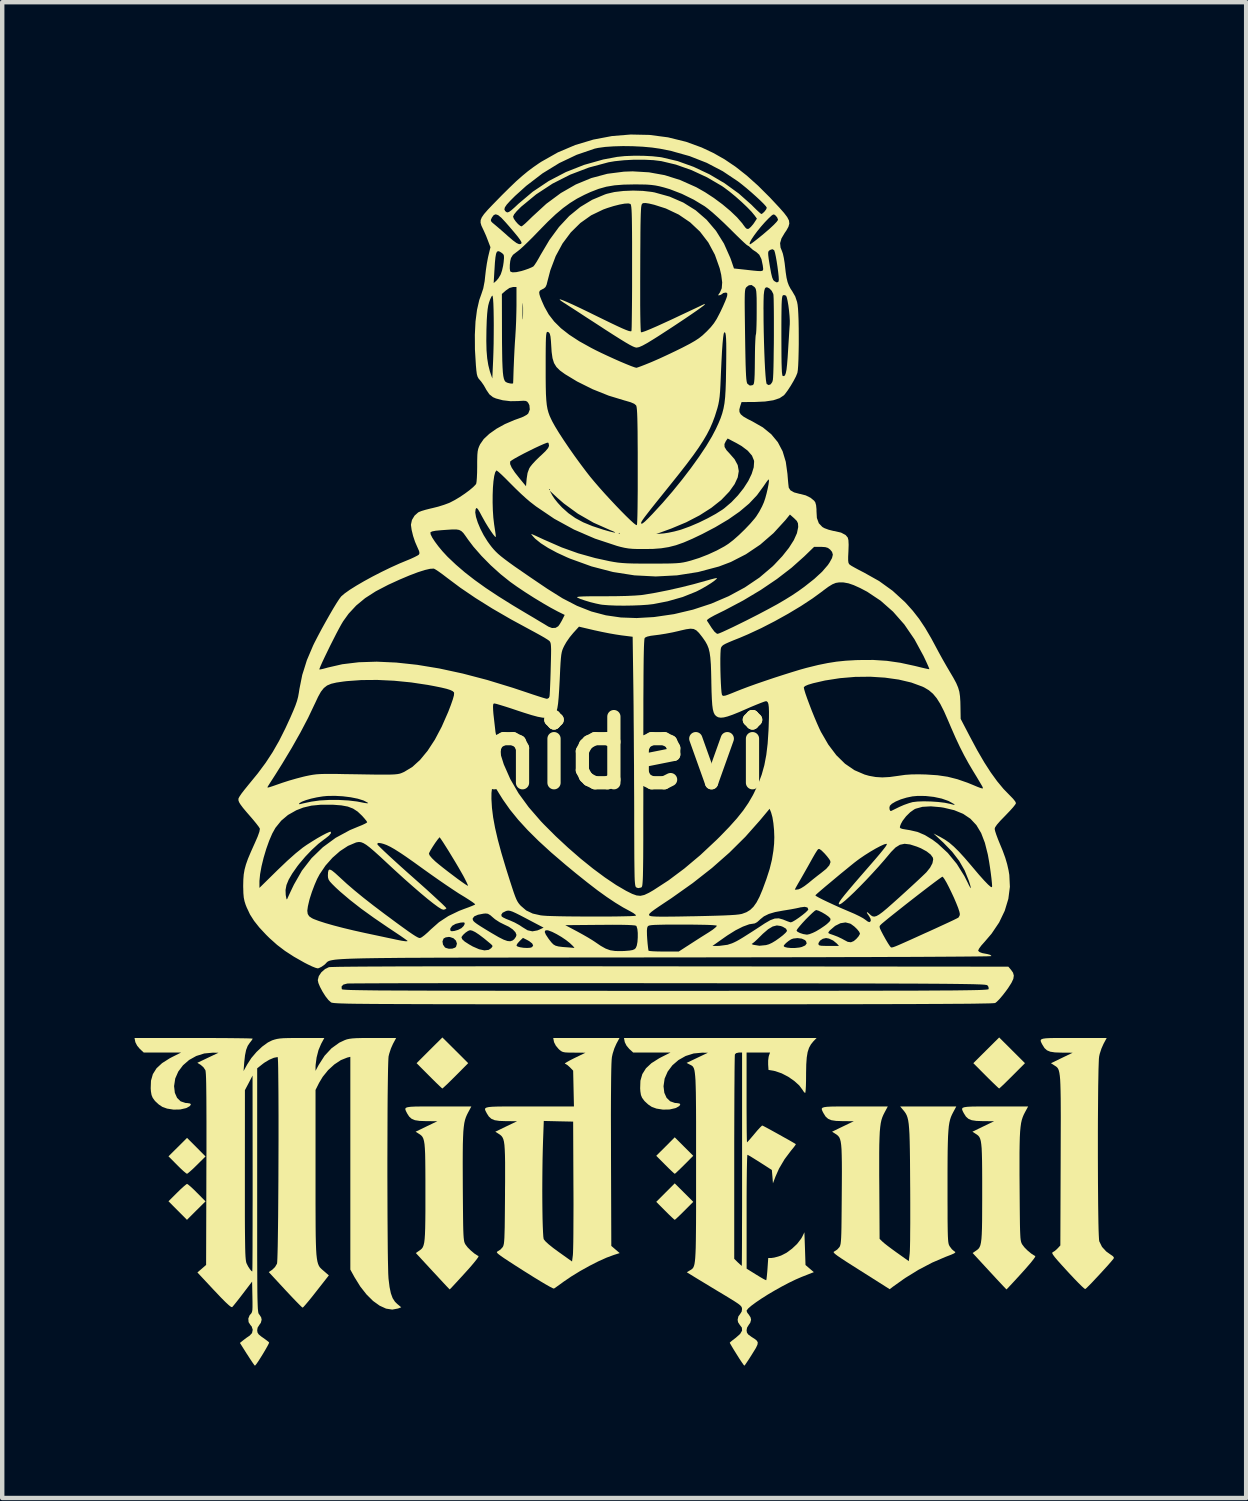
<source format=kicad_pcb>
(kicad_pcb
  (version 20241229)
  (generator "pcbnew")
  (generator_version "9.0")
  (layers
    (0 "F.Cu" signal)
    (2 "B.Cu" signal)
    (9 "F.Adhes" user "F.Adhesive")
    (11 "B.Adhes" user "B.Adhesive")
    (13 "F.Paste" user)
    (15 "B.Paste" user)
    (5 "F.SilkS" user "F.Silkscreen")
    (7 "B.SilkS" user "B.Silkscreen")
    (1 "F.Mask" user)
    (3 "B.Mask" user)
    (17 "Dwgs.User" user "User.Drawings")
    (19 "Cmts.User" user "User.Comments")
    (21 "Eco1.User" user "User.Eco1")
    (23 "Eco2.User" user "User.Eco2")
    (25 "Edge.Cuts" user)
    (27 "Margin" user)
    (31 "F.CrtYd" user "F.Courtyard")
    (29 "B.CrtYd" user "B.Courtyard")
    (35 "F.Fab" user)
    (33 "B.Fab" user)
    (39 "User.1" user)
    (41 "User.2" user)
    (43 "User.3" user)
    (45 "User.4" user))
  (footprint "midevil"
    (layer "F.Cu")
    (at 11.154 14.019)
    (property "Reference" "midevil" (at 0 0 0) (layer "F.SilkS") (effects (font (size 1.5 1.5) (thickness 0.3))))
    (attr board_only exclude_from_pos_files exclude_from_bom)
    (fp_poly (pts (xy -9.936 9.79) (xy -9.881 9.836) (xy -9.808 9.904) (xy -9.741 9.971) (xy -9.544 10.169) (xy -9.755 10.378) (xy -9.965 10.588) (xy -10.175 10.377) (xy -10.384 10.167) (xy -10.186 9.97) (xy -10.104 9.89) (xy -10.033 9.826) (xy -9.983 9.785) (xy -9.963 9.773)) (stroke (width 0) (type solid)) (fill yes) (layer "F.SilkS"))
    (fp_poly (pts (xy -9.753 8.94) (xy -9.544 9.151) (xy -9.742 9.347) (xy -9.824 9.427) (xy -9.895 9.491) (xy -9.945 9.533) (xy -9.965 9.544) (xy -9.992 9.527) (xy -10.047 9.481) (xy -10.12 9.413) (xy -10.187 9.346) (xy -10.384 9.148) (xy -10.173 8.939) (xy -9.963 8.73)) (stroke (width 0) (type solid)) (fill yes) (layer "F.SilkS"))
    (fp_poly (pts (xy 1.304 8.927) (xy 1.514 9.136) (xy 1.311 9.34) (xy 1.229 9.421) (xy 1.16 9.487) (xy 1.113 9.531) (xy 1.094 9.544) (xy 1.072 9.527) (xy 1.022 9.481) (xy 0.951 9.413) (xy 0.878 9.34) (xy 0.675 9.136) (xy 0.885 8.927) (xy 1.094 8.717)) (stroke (width 0) (type solid)) (fill yes) (layer "F.SilkS"))
    (fp_poly (pts (xy 1.304 9.97) (xy 1.514 10.18) (xy 1.311 10.384) (xy 1.229 10.465) (xy 1.16 10.531) (xy 1.113 10.574) (xy 1.094 10.588) (xy 1.072 10.571) (xy 1.022 10.525) (xy 0.951 10.457) (xy 0.878 10.384) (xy 0.675 10.18) (xy 0.885 9.97) (xy 1.094 9.761)) (stroke (width 0) (type solid)) (fill yes) (layer "F.SilkS"))
    (fp_poly (pts (xy -3.881 6.744) (xy -3.589 7.036) (xy -3.874 7.323) (xy -3.972 7.42) (xy -4.057 7.504) (xy -4.124 7.566) (xy -4.164 7.603) (xy -4.174 7.61) (xy -4.196 7.593) (xy -4.247 7.545) (xy -4.321 7.474) (xy -4.411 7.385) (xy -4.473 7.323) (xy -4.759 7.036) (xy -4.467 6.744) (xy -4.174 6.453)) (stroke (width 0) (type solid)) (fill yes) (layer "F.SilkS"))
    (fp_poly (pts (xy 8.742 6.744) (xy 9.035 7.036) (xy 8.749 7.323) (xy 8.651 7.42) (xy 8.566 7.504) (xy 8.5 7.566) (xy 8.459 7.603) (xy 8.45 7.61) (xy 8.428 7.593) (xy 8.377 7.545) (xy 8.303 7.474) (xy 8.212 7.385) (xy 8.15 7.323) (xy 7.864 7.036) (xy 8.157 6.744) (xy 8.45 6.453)) (stroke (width 0) (type solid)) (fill yes) (layer "F.SilkS"))
    (fp_poly (pts (xy 2.051 -3.964) (xy 2.041 -3.942) (xy 1.994 -3.902) (xy 1.92 -3.849) (xy 1.826 -3.79) (xy 1.721 -3.729) (xy 1.615 -3.673) (xy 1.574 -3.653) (xy 1.274 -3.533) (xy 0.933 -3.436) (xy 0.611 -3.373) (xy 0.482 -3.358) (xy 0.318 -3.347) (xy 0.135 -3.34) (xy -0.056 -3.337) (xy -0.242 -3.339) (xy -0.408 -3.346) (xy -0.543 -3.357) (xy -0.585 -3.363) (xy -0.695 -3.386) (xy -0.82 -3.417) (xy -0.942 -3.454) (xy -1.045 -3.489) (xy -1.112 -3.519) (xy -1.121 -3.529) (xy -1.106 -3.536) (xy -1.063 -3.542) (xy -0.987 -3.546) (xy -0.874 -3.549) (xy -0.72 -3.55) (xy -0.519 -3.55) (xy -0.501 -3.55) (xy -0.234 -3.552) (xy -0.002 -3.557) (xy 0.19 -3.566) (xy 0.337 -3.577) (xy 0.394 -3.585) (xy 0.656 -3.629) (xy 0.946 -3.687) (xy 1.243 -3.754) (xy 1.527 -3.825) (xy 1.687 -3.87) (xy 1.813 -3.905) (xy 1.921 -3.935) (xy 2.001 -3.955) (xy 2.046 -3.964)) (stroke (width 0) (type solid)) (fill yes) (layer "F.SilkS"))
    (fp_poly (pts (xy -4.27 8.017) (xy -4.265 8.017) (xy -3.517 8.017) (xy -3.589 8.151) (xy -3.617 8.206) (xy -3.641 8.262) (xy -3.661 8.323) (xy -3.677 8.395) (xy -3.689 8.481) (xy -3.699 8.586) (xy -3.705 8.716) (xy -3.71 8.874) (xy -3.712 9.065) (xy -3.713 9.293) (xy -3.712 9.565) (xy -3.711 9.837) (xy -3.709 10.118) (xy -3.707 10.353) (xy -3.705 10.546) (xy -3.703 10.702) (xy -3.7 10.826) (xy -3.696 10.921) (xy -3.691 10.993) (xy -3.685 11.045) (xy -3.678 11.084) (xy -3.669 11.112) (xy -3.658 11.135) (xy -3.651 11.147) (xy -3.601 11.213) (xy -3.527 11.286) (xy -3.447 11.353) (xy -3.376 11.399) (xy -3.355 11.408) (xy -3.359 11.43) (xy -3.397 11.484) (xy -3.465 11.569) (xy -3.559 11.679) (xy -3.661 11.792) (xy -3.765 11.906) (xy -3.857 12.006) (xy -3.931 12.086) (xy -3.983 12.141) (xy -4.007 12.165) (xy -4.007 12.166) (xy -4.026 12.148) (xy -4.074 12.098) (xy -4.146 12.021) (xy -4.237 11.923) (xy -4.343 11.808) (xy -4.395 11.753) (xy -4.776 11.34) (xy -4.698 11.287) (xy -4.666 11.264) (xy -4.639 11.239) (xy -4.617 11.207) (xy -4.6 11.163) (xy -4.586 11.103) (xy -4.576 11.022) (xy -4.569 10.917) (xy -4.564 10.781) (xy -4.561 10.612) (xy -4.559 10.403) (xy -4.559 10.151) (xy -4.559 9.964) (xy -4.559 9.681) (xy -4.56 9.445) (xy -4.562 9.251) (xy -4.565 9.094) (xy -4.571 8.969) (xy -4.579 8.873) (xy -4.591 8.8) (xy -4.606 8.747) (xy -4.625 8.708) (xy -4.649 8.679) (xy -4.677 8.656) (xy -4.7 8.641) (xy -4.781 8.59) (xy -4.535 8.471) (xy -4.288 8.352) (xy -4.546 8.35) (xy -4.691 8.345) (xy -4.796 8.329) (xy -4.871 8.297) (xy -4.927 8.247) (xy -4.975 8.172) (xy -4.976 8.169) (xy -4.998 8.126) (xy -5.012 8.092) (xy -5.014 8.066) (xy -4.998 8.047) (xy -4.96 8.034) (xy -4.895 8.025) (xy -4.798 8.02) (xy -4.665 8.018) (xy -4.491 8.017)) (stroke (width 0) (type solid)) (fill yes) (layer "F.SilkS"))
    (fp_poly (pts (xy 8.354 8.017) (xy 8.358 8.017) (xy 9.107 8.017) (xy 9.034 8.151) (xy 9.006 8.206) (xy 8.983 8.262) (xy 8.963 8.323) (xy 8.947 8.395) (xy 8.935 8.481) (xy 8.925 8.586) (xy 8.918 8.716) (xy 8.914 8.874) (xy 8.911 9.065) (xy 8.911 9.293) (xy 8.911 9.565) (xy 8.913 9.837) (xy 8.915 10.118) (xy 8.917 10.353) (xy 8.919 10.546) (xy 8.921 10.702) (xy 8.924 10.826) (xy 8.928 10.921) (xy 8.932 10.993) (xy 8.938 11.045) (xy 8.946 11.084) (xy 8.955 11.112) (xy 8.966 11.135) (xy 8.973 11.147) (xy 9.023 11.213) (xy 9.096 11.286) (xy 9.177 11.353) (xy 9.248 11.399) (xy 9.269 11.408) (xy 9.264 11.43) (xy 9.227 11.484) (xy 9.159 11.569) (xy 9.064 11.679) (xy 8.963 11.792) (xy 8.859 11.906) (xy 8.767 12.006) (xy 8.692 12.086) (xy 8.641 12.141) (xy 8.617 12.165) (xy 8.616 12.166) (xy 8.598 12.148) (xy 8.55 12.098) (xy 8.478 12.021) (xy 8.386 11.923) (xy 8.28 11.808) (xy 8.229 11.753) (xy 7.848 11.34) (xy 7.926 11.287) (xy 7.958 11.264) (xy 7.985 11.239) (xy 8.006 11.207) (xy 8.024 11.163) (xy 8.037 11.103) (xy 8.048 11.022) (xy 8.055 10.917) (xy 8.06 10.781) (xy 8.063 10.612) (xy 8.064 10.403) (xy 8.065 10.151) (xy 8.065 9.964) (xy 8.065 9.681) (xy 8.064 9.445) (xy 8.062 9.251) (xy 8.058 9.094) (xy 8.053 8.969) (xy 8.044 8.873) (xy 8.033 8.8) (xy 8.018 8.747) (xy 7.999 8.708) (xy 7.975 8.679) (xy 7.946 8.656) (xy 7.923 8.641) (xy 7.843 8.59) (xy 8.089 8.471) (xy 8.335 8.352) (xy 8.078 8.35) (xy 7.933 8.345) (xy 7.827 8.329) (xy 7.752 8.297) (xy 7.696 8.247) (xy 7.649 8.172) (xy 7.647 8.169) (xy 7.625 8.126) (xy 7.611 8.092) (xy 7.61 8.066) (xy 7.625 8.047) (xy 7.664 8.034) (xy 7.729 8.025) (xy 7.825 8.02) (xy 7.959 8.018) (xy 8.133 8.017)) (stroke (width 0) (type solid)) (fill yes) (layer "F.SilkS"))
    (fp_poly (pts (xy 10.135 6.465) (xy 10.14 6.465) (xy 10.888 6.465) (xy 10.816 6.598) (xy 10.769 6.704) (xy 10.73 6.824) (xy 10.717 6.883) (xy 10.711 6.938) (xy 10.707 7.038) (xy 10.702 7.179) (xy 10.699 7.354) (xy 10.695 7.559) (xy 10.693 7.791) (xy 10.691 8.042) (xy 10.689 8.31) (xy 10.688 8.59) (xy 10.688 8.875) (xy 10.688 9.162) (xy 10.689 9.447) (xy 10.69 9.723) (xy 10.692 9.986) (xy 10.694 10.232) (xy 10.697 10.456) (xy 10.7 10.653) (xy 10.704 10.818) (xy 10.709 10.946) (xy 10.714 11.033) (xy 10.719 11.074) (xy 10.782 11.202) (xy 10.877 11.305) (xy 10.959 11.364) (xy 11.023 11.408) (xy 11.05 11.438) (xy 11.046 11.465) (xy 11.039 11.474) (xy 10.984 11.54) (xy 10.91 11.625) (xy 10.822 11.721) (xy 10.729 11.823) (xy 10.635 11.923) (xy 10.55 12.014) (xy 10.477 12.088) (xy 10.426 12.138) (xy 10.401 12.158) (xy 10.401 12.158) (xy 10.376 12.142) (xy 10.322 12.093) (xy 10.245 12.017) (xy 10.15 11.919) (xy 10.042 11.804) (xy 9.994 11.752) (xy 9.869 11.615) (xy 9.776 11.511) (xy 9.711 11.434) (xy 9.672 11.381) (xy 9.654 11.348) (xy 9.655 11.329) (xy 9.663 11.323) (xy 9.712 11.293) (xy 9.768 11.243) (xy 9.773 11.237) (xy 9.837 11.169) (xy 9.844 9.254) (xy 9.845 8.881) (xy 9.846 8.556) (xy 9.847 8.274) (xy 9.846 8.034) (xy 9.845 7.831) (xy 9.842 7.662) (xy 9.838 7.523) (xy 9.833 7.411) (xy 9.825 7.323) (xy 9.815 7.256) (xy 9.803 7.205) (xy 9.789 7.168) (xy 9.771 7.14) (xy 9.751 7.12) (xy 9.727 7.103) (xy 9.705 7.089) (xy 9.624 7.037) (xy 9.87 6.918) (xy 10.117 6.799) (xy 9.859 6.797) (xy 9.714 6.792) (xy 9.609 6.776) (xy 9.534 6.745) (xy 9.478 6.694) (xy 9.431 6.619) (xy 9.429 6.616) (xy 9.407 6.574) (xy 9.393 6.54) (xy 9.391 6.514) (xy 9.407 6.495) (xy 9.445 6.481) (xy 9.51 6.472) (xy 9.607 6.467) (xy 9.74 6.465) (xy 9.915 6.465)) (stroke (width 0) (type solid)) (fill yes) (layer "F.SilkS"))
    (fp_poly (pts (xy 5.172 8.017) (xy 5.177 8.017) (xy 5.925 8.017) (xy 5.853 8.151) (xy 5.825 8.206) (xy 5.801 8.262) (xy 5.781 8.324) (xy 5.765 8.397) (xy 5.753 8.484) (xy 5.743 8.591) (xy 5.737 8.722) (xy 5.732 8.882) (xy 5.73 9.075) (xy 5.73 9.307) (xy 5.73 9.581) (xy 5.732 9.817) (xy 5.739 11.019) (xy 5.803 11.082) (xy 5.848 11.121) (xy 5.924 11.181) (xy 6.022 11.254) (xy 6.129 11.332) (xy 6.134 11.335) (xy 6.401 11.525) (xy 6.421 11.355) (xy 6.425 11.298) (xy 6.428 11.194) (xy 6.431 11.051) (xy 6.432 10.873) (xy 6.434 10.666) (xy 6.434 10.435) (xy 6.434 10.186) (xy 6.433 9.924) (xy 6.432 9.811) (xy 6.43 9.493) (xy 6.428 9.221) (xy 6.425 8.992) (xy 6.421 8.801) (xy 6.416 8.644) (xy 6.408 8.516) (xy 6.399 8.414) (xy 6.387 8.334) (xy 6.372 8.27) (xy 6.354 8.219) (xy 6.332 8.176) (xy 6.306 8.138) (xy 6.275 8.099) (xy 6.271 8.095) (xy 6.205 8.017) (xy 6.842 8.017) (xy 7.478 8.017) (xy 7.406 8.151) (xy 7.379 8.204) (xy 7.356 8.257) (xy 7.337 8.316) (xy 7.321 8.384) (xy 7.308 8.467) (xy 7.299 8.568) (xy 7.291 8.692) (xy 7.286 8.844) (xy 7.282 9.029) (xy 7.28 9.25) (xy 7.279 9.513) (xy 7.279 9.822) (xy 7.279 9.848) (xy 7.279 10.134) (xy 7.28 10.374) (xy 7.28 10.572) (xy 7.282 10.733) (xy 7.284 10.86) (xy 7.287 10.959) (xy 7.291 11.033) (xy 7.296 11.088) (xy 7.303 11.128) (xy 7.311 11.156) (xy 7.322 11.178) (xy 7.329 11.19) (xy 7.377 11.254) (xy 7.429 11.299) (xy 7.434 11.301) (xy 7.454 11.316) (xy 7.453 11.331) (xy 7.424 11.351) (xy 7.361 11.379) (xy 7.257 11.419) (xy 7.228 11.43) (xy 6.931 11.558) (xy 6.622 11.72) (xy 6.318 11.907) (xy 6.033 12.11) (xy 6.032 12.111) (xy 5.968 12.161) (xy 5.31 11.744) (xy 5.124 11.626) (xy 4.978 11.533) (xy 4.867 11.46) (xy 4.788 11.406) (xy 4.735 11.366) (xy 4.706 11.339) (xy 4.696 11.321) (xy 4.702 11.31) (xy 4.717 11.302) (xy 4.778 11.262) (xy 4.828 11.207) (xy 4.839 11.187) (xy 4.848 11.16) (xy 4.856 11.123) (xy 4.862 11.069) (xy 4.867 10.995) (xy 4.871 10.896) (xy 4.874 10.767) (xy 4.876 10.604) (xy 4.878 10.401) (xy 4.88 10.154) (xy 4.881 10.015) (xy 4.883 9.726) (xy 4.884 9.484) (xy 4.883 9.284) (xy 4.88 9.122) (xy 4.876 8.993) (xy 4.868 8.892) (xy 4.857 8.815) (xy 4.842 8.758) (xy 4.824 8.717) (xy 4.8 8.686) (xy 4.772 8.661) (xy 4.742 8.641) (xy 4.661 8.59) (xy 4.907 8.471) (xy 5.154 8.352) (xy 4.896 8.35) (xy 4.751 8.345) (xy 4.646 8.329) (xy 4.571 8.297) (xy 4.515 8.247) (xy 4.468 8.172) (xy 4.466 8.169) (xy 4.444 8.126) (xy 4.43 8.092) (xy 4.428 8.066) (xy 4.444 8.047) (xy 4.482 8.034) (xy 4.547 8.025) (xy 4.644 8.02) (xy 4.777 8.018) (xy 4.952 8.017)) (stroke (width 0) (type solid)) (fill yes) (layer "F.SilkS"))
    (fp_poly (pts (xy -0.23 6.598) (xy -0.275 6.7) (xy -0.313 6.82) (xy -0.33 6.897) (xy -0.336 6.955) (xy -0.341 7.053) (xy -0.345 7.195) (xy -0.348 7.38) (xy -0.35 7.611) (xy -0.352 7.887) (xy -0.353 8.211) (xy -0.352 8.583) (xy -0.351 9.004) (xy -0.351 9.121) (xy -0.344 11.179) (xy -0.249 11.261) (xy -0.154 11.342) (xy -0.289 11.385) (xy -0.451 11.445) (xy -0.64 11.53) (xy -0.844 11.634) (xy -1.052 11.75) (xy -1.251 11.872) (xy -1.429 11.993) (xy -1.438 12) (xy -1.522 12.061) (xy -1.592 12.111) (xy -1.637 12.142) (xy -1.645 12.147) (xy -1.672 12.138) (xy -1.737 12.105) (xy -1.834 12.05) (xy -1.957 11.977) (xy -2.101 11.889) (xy -2.26 11.789) (xy -2.329 11.746) (xy -2.514 11.628) (xy -2.659 11.534) (xy -2.77 11.461) (xy -2.849 11.406) (xy -2.901 11.367) (xy -2.93 11.34) (xy -2.94 11.322) (xy -2.934 11.31) (xy -2.919 11.302) (xy -2.857 11.262) (xy -2.807 11.207) (xy -2.796 11.187) (xy -2.787 11.16) (xy -2.779 11.123) (xy -2.773 11.069) (xy -2.768 10.995) (xy -2.765 10.896) (xy -2.761 10.767) (xy -2.759 10.604) (xy -2.757 10.401) (xy -2.755 10.154) (xy -2.754 10.015) (xy -2.754 9.93) (xy -1.909 9.93) (xy -1.908 10.156) (xy -1.906 10.369) (xy -1.903 10.562) (xy -1.898 10.73) (xy -1.892 10.866) (xy -1.886 10.965) (xy -1.878 11.021) (xy -1.876 11.027) (xy -1.84 11.073) (xy -1.767 11.141) (xy -1.66 11.227) (xy -1.54 11.315) (xy -1.234 11.533) (xy -1.215 11.385) (xy -1.212 11.332) (xy -1.209 11.233) (xy -1.206 11.094) (xy -1.204 10.919) (xy -1.203 10.715) (xy -1.202 10.485) (xy -1.201 10.235) (xy -1.202 9.971) (xy -1.203 9.799) (xy -1.209 8.361) (xy -1.542 8.354) (xy -1.875 8.346) (xy -1.892 8.809) (xy -1.898 9.012) (xy -1.903 9.232) (xy -1.906 9.462) (xy -1.908 9.697) (xy -1.909 9.93) (xy -2.754 9.93) (xy -2.752 9.726) (xy -2.752 9.484) (xy -2.752 9.284) (xy -2.755 9.122) (xy -2.76 8.993) (xy -2.767 8.892) (xy -2.778 8.815) (xy -2.793 8.758) (xy -2.812 8.717) (xy -2.835 8.686) (xy -2.863 8.661) (xy -2.893 8.641) (xy -2.974 8.59) (xy -2.728 8.471) (xy -2.481 8.352) (xy -2.739 8.35) (xy -2.884 8.345) (xy -2.989 8.329) (xy -3.064 8.297) (xy -3.12 8.247) (xy -3.168 8.172) (xy -3.169 8.169) (xy -3.189 8.131) (xy -3.203 8.101) (xy -3.208 8.076) (xy -3.199 8.057) (xy -3.171 8.042) (xy -3.121 8.031) (xy -3.045 8.024) (xy -2.937 8.02) (xy -2.795 8.018) (xy -2.612 8.017) (xy -2.386 8.017) (xy -2.199 8.017) (xy -1.191 8.017) (xy -1.2 7.611) (xy -1.209 7.206) (xy -1.284 7.128) (xy -1.339 7.079) (xy -1.387 7.05) (xy -1.398 7.048) (xy -1.393 7.037) (xy -1.349 7.009) (xy -1.274 6.968) (xy -1.183 6.922) (xy -0.929 6.799) (xy -1.19 6.797) (xy -1.308 6.796) (xy -1.388 6.792) (xy -1.441 6.782) (xy -1.481 6.763) (xy -1.519 6.733) (xy -1.54 6.713) (xy -1.602 6.639) (xy -1.641 6.563) (xy -1.645 6.547) (xy -1.661 6.465) (xy -0.909 6.465) (xy -0.158 6.465)) (stroke (width 0) (type solid)) (fill yes) (layer "F.SilkS"))
    (fp_poly (pts (xy -1.776 4.839) (xy -1.077 4.839) (xy -0.328 4.84) (xy 0.47 4.84) (xy 1.001 4.841) (xy 8.658 4.848) (xy 8.719 4.92) (xy 8.764 4.984) (xy 8.782 5.05) (xy 8.771 5.124) (xy 8.729 5.214) (xy 8.655 5.33) (xy 8.604 5.401) (xy 8.528 5.499) (xy 8.456 5.584) (xy 8.396 5.644) (xy 8.361 5.671) (xy 8.343 5.674) (xy 8.301 5.677) (xy 8.234 5.68) (xy 8.141 5.682) (xy 8.02 5.684) (xy 7.871 5.687) (xy 7.691 5.689) (xy 7.48 5.69) (xy 7.236 5.692) (xy 6.958 5.693) (xy 6.644 5.695) (xy 6.293 5.696) (xy 5.905 5.697) (xy 5.476 5.698) (xy 5.007 5.699) (xy 4.496 5.699) (xy 3.941 5.7) (xy 3.341 5.7) (xy 2.695 5.701) (xy 2.002 5.701) (xy 1.26 5.701) (xy 0.832 5.701) (xy 0.101 5.701) (xy -0.581 5.701) (xy -1.215 5.701) (xy -1.804 5.701) (xy -2.349 5.7) (xy -2.851 5.7) (xy -3.313 5.7) (xy -3.736 5.699) (xy -4.122 5.699) (xy -4.473 5.698) (xy -4.79 5.697) (xy -5.075 5.696) (xy -5.33 5.695) (xy -5.556 5.694) (xy -5.756 5.693) (xy -5.931 5.691) (xy -6.082 5.69) (xy -6.211 5.688) (xy -6.321 5.686) (xy -6.413 5.683) (xy -6.488 5.681) (xy -6.549 5.678) (xy -6.596 5.675) (xy -6.633 5.672) (xy -6.66 5.668) (xy -6.679 5.665) (xy -6.692 5.661) (xy -6.7 5.656) (xy -6.758 5.604) (xy -6.824 5.52) (xy -6.889 5.418) (xy -6.945 5.313) (xy -6.952 5.298) (xy -6.46 5.298) (xy -6.455 5.357) (xy -6.45 5.361) (xy -6.435 5.365) (xy -6.41 5.368) (xy -6.372 5.371) (xy -6.32 5.374) (xy -6.252 5.377) (xy -6.166 5.379) (xy -6.061 5.381) (xy -5.936 5.383) (xy -5.787 5.385) (xy -5.615 5.387) (xy -5.416 5.388) (xy -5.19 5.389) (xy -4.934 5.39) (xy -4.647 5.391) (xy -4.328 5.392) (xy -3.974 5.393) (xy -3.584 5.394) (xy -3.157 5.394) (xy -2.69 5.395) (xy -2.182 5.395) (xy -1.63 5.395) (xy -1.035 5.395) (xy -0.393 5.396) (xy 0.296 5.396) (xy 0.878 5.396) (xy 1.604 5.396) (xy 2.282 5.396) (xy 2.911 5.395) (xy 3.495 5.395) (xy 4.035 5.395) (xy 4.532 5.395) (xy 4.989 5.394) (xy 5.407 5.394) (xy 5.788 5.393) (xy 6.133 5.392) (xy 6.444 5.392) (xy 6.723 5.391) (xy 6.971 5.389) (xy 7.191 5.388) (xy 7.384 5.387) (xy 7.552 5.385) (xy 7.696 5.383) (xy 7.818 5.381) (xy 7.92 5.379) (xy 8.003 5.377) (xy 8.07 5.374) (xy 8.121 5.371) (xy 8.159 5.368) (xy 8.186 5.365) (xy 8.202 5.361) (xy 8.211 5.358) (xy 8.212 5.355) (xy 8.208 5.308) (xy 8.185 5.273) (xy 8.178 5.268) (xy 8.166 5.264) (xy 8.146 5.261) (xy 8.118 5.257) (xy 8.078 5.254) (xy 8.026 5.251) (xy 7.959 5.249) (xy 7.876 5.246) (xy 7.776 5.244) (xy 7.655 5.242) (xy 7.514 5.24) (xy 7.349 5.238) (xy 7.16 5.236) (xy 6.943 5.235) (xy 6.699 5.233) (xy 6.425 5.232) (xy 6.118 5.231) (xy 5.779 5.23) (xy 5.404 5.229) (xy 4.991 5.228) (xy 4.541 5.227) (xy 4.049 5.226) (xy 3.515 5.226) (xy 2.938 5.225) (xy 2.314 5.224) (xy 1.643 5.223) (xy 0.96 5.223) (xy 0.357 5.222) (xy -0.233 5.222) (xy -0.808 5.221) (xy -1.366 5.221) (xy -1.906 5.221) (xy -2.425 5.221) (xy -2.92 5.221) (xy -3.391 5.221) (xy -3.834 5.222) (xy -4.249 5.222) (xy -4.632 5.223) (xy -4.981 5.223) (xy -5.296 5.224) (xy -5.572 5.225) (xy -5.81 5.226) (xy -6.005 5.227) (xy -6.157 5.228) (xy -6.264 5.229) (xy -6.322 5.23) (xy -6.332 5.231) (xy -6.42 5.255) (xy -6.46 5.298) (xy -6.952 5.298) (xy -6.985 5.219) (xy -6.999 5.152) (xy -6.976 5.062) (xy -6.917 4.974) (xy -6.833 4.901) (xy -6.748 4.86) (xy -6.718 4.857) (xy -6.647 4.855) (xy -6.535 4.852) (xy -6.382 4.85) (xy -6.186 4.848) (xy -5.947 4.846) (xy -5.666 4.845) (xy -5.34 4.843) (xy -4.969 4.842) (xy -4.553 4.841) (xy -4.092 4.84) (xy -3.584 4.84) (xy -3.029 4.839) (xy -2.427 4.839)) (stroke (width 0) (type solid)) (fill yes) (layer "F.SilkS"))
    (fp_poly (pts (xy 4.241 6.537) (xy 4.183 6.608) (xy 4.139 6.688) (xy 4.107 6.786) (xy 4.087 6.908) (xy 4.076 7.064) (xy 4.072 7.262) (xy 4.072 7.292) (xy 4.071 7.432) (xy 4.068 7.552) (xy 4.063 7.644) (xy 4.056 7.699) (xy 4.051 7.712) (xy 4.025 7.692) (xy 3.994 7.645) (xy 3.918 7.542) (xy 3.804 7.439) (xy 3.667 7.344) (xy 3.519 7.267) (xy 3.374 7.217) (xy 3.33 7.207) (xy 3.22 7.189) (xy 3.212 7.066) (xy 3.212 6.975) (xy 3.223 6.892) (xy 3.229 6.869) (xy 3.255 6.795) (xy 2.989 6.795) (xy 2.723 6.795) (xy 2.723 7.813) (xy 2.723 8.035) (xy 2.724 8.241) (xy 2.725 8.424) (xy 2.726 8.58) (xy 2.728 8.703) (xy 2.73 8.787) (xy 2.732 8.828) (xy 2.733 8.831) (xy 2.752 8.813) (xy 2.796 8.764) (xy 2.857 8.692) (xy 2.9 8.641) (xy 2.969 8.559) (xy 3.028 8.495) (xy 3.067 8.457) (xy 3.079 8.45) (xy 3.104 8.461) (xy 3.165 8.493) (xy 3.252 8.54) (xy 3.357 8.598) (xy 3.469 8.66) (xy 3.581 8.723) (xy 3.684 8.78) (xy 3.767 8.828) (xy 3.823 8.861) (xy 3.84 8.873) (xy 3.829 8.894) (xy 3.793 8.943) (xy 3.738 9.01) (xy 3.733 9.016) (xy 3.584 9.214) (xy 3.459 9.426) (xy 3.378 9.608) (xy 3.321 9.76) (xy 3.309 9.609) (xy 3.296 9.458) (xy 3.029 9.286) (xy 2.925 9.221) (xy 2.837 9.166) (xy 2.774 9.129) (xy 2.743 9.113) (xy 2.742 9.113) (xy 2.739 9.137) (xy 2.735 9.208) (xy 2.732 9.32) (xy 2.729 9.468) (xy 2.727 9.648) (xy 2.725 9.855) (xy 2.724 10.085) (xy 2.724 10.332) (xy 2.724 10.403) (xy 2.724 11.695) (xy 2.942 11.831) (xy 3.034 11.887) (xy 3.108 11.93) (xy 3.157 11.954) (xy 3.169 11.957) (xy 3.175 11.929) (xy 3.183 11.861) (xy 3.192 11.766) (xy 3.197 11.7) (xy 3.214 11.453) (xy 3.286 11.453) (xy 3.349 11.444) (xy 3.436 11.421) (xy 3.505 11.398) (xy 3.628 11.335) (xy 3.754 11.242) (xy 3.87 11.132) (xy 3.958 11.018) (xy 3.985 10.971) (xy 4.034 10.87) (xy 4.047 11.241) (xy 4.059 11.612) (xy 4.153 11.693) (xy 4.248 11.774) (xy 3.97 11.883) (xy 3.834 11.942) (xy 3.683 12.015) (xy 3.525 12.098) (xy 3.364 12.188) (xy 3.208 12.28) (xy 3.064 12.371) (xy 2.937 12.457) (xy 2.834 12.533) (xy 2.761 12.596) (xy 2.726 12.641) (xy 2.723 12.652) (xy 2.741 12.698) (xy 2.774 12.738) (xy 2.813 12.799) (xy 2.825 12.853) (xy 2.806 12.922) (xy 2.774 12.967) (xy 2.734 13.032) (xy 2.723 13.092) (xy 2.731 13.145) (xy 2.762 13.189) (xy 2.827 13.236) (xy 2.835 13.242) (xy 2.91 13.29) (xy 2.957 13.329) (xy 2.977 13.369) (xy 2.969 13.42) (xy 2.935 13.492) (xy 2.873 13.593) (xy 2.845 13.638) (xy 2.782 13.738) (xy 2.728 13.819) (xy 2.69 13.875) (xy 2.672 13.895) (xy 2.655 13.875) (xy 2.616 13.82) (xy 2.562 13.739) (xy 2.501 13.642) (xy 2.438 13.541) (xy 2.388 13.458) (xy 2.354 13.399) (xy 2.341 13.375) (xy 2.36 13.355) (xy 2.41 13.314) (xy 2.48 13.261) (xy 2.481 13.26) (xy 2.576 13.176) (xy 2.621 13.1) (xy 2.616 13.031) (xy 2.571 12.973) (xy 2.53 12.91) (xy 2.52 12.853) (xy 2.538 12.775) (xy 2.571 12.732) (xy 2.612 12.668) (xy 2.62 12.612) (xy 2.617 12.583) (xy 2.605 12.556) (xy 2.578 12.526) (xy 2.53 12.488) (xy 2.456 12.439) (xy 2.348 12.372) (xy 2.22 12.294) (xy 2.071 12.205) (xy 1.919 12.113) (xy 1.776 12.026) (xy 1.655 11.953) (xy 1.594 11.916) (xy 1.368 11.777) (xy 1.435 11.736) (xy 1.459 11.722) (xy 1.481 11.707) (xy 1.5 11.69) (xy 1.516 11.667) (xy 1.53 11.634) (xy 1.542 11.589) (xy 1.551 11.528) (xy 1.557 11.472) (xy 2.443 11.472) (xy 2.524 11.552) (xy 2.575 11.599) (xy 2.608 11.628) (xy 2.614 11.631) (xy 2.615 11.606) (xy 2.616 11.534) (xy 2.617 11.418) (xy 2.618 11.261) (xy 2.619 11.068) (xy 2.619 10.841) (xy 2.62 10.584) (xy 2.621 10.301) (xy 2.621 9.994) (xy 2.621 9.669) (xy 2.621 9.327) (xy 2.621 9.213) (xy 2.621 6.795) (xy 2.548 6.795) (xy 2.486 6.809) (xy 2.459 6.836) (xy 2.456 6.867) (xy 2.454 6.945) (xy 2.452 7.066) (xy 2.45 7.228) (xy 2.449 7.426) (xy 2.447 7.656) (xy 2.446 7.915) (xy 2.445 8.2) (xy 2.444 8.506) (xy 2.443 8.829) (xy 2.443 9.167) (xy 2.443 9.174) (xy 2.443 11.472) (xy 1.557 11.472) (xy 1.559 11.448) (xy 1.565 11.346) (xy 1.57 11.219) (xy 1.573 11.062) (xy 1.575 10.874) (xy 1.577 10.651) (xy 1.578 10.389) (xy 1.578 10.086) (xy 1.578 9.738) (xy 1.578 9.393) (xy 1.578 9.003) (xy 1.578 8.661) (xy 1.578 8.364) (xy 1.577 8.107) (xy 1.575 7.889) (xy 1.573 7.706) (xy 1.569 7.554) (xy 1.565 7.43) (xy 1.558 7.332) (xy 1.55 7.256) (xy 1.541 7.198) (xy 1.529 7.156) (xy 1.514 7.126) (xy 1.498 7.105) (xy 1.478 7.09) (xy 1.456 7.078) (xy 1.432 7.066) (xy 1.363 7.03) (xy 1.604 6.915) (xy 1.845 6.8) (xy 1.716 6.798) (xy 1.523 6.816) (xy 1.342 6.873) (xy 1.179 6.965) (xy 1.041 7.084) (xy 0.934 7.227) (xy 0.865 7.386) (xy 0.84 7.557) (xy 0.84 7.561) (xy 0.858 7.707) (xy 0.909 7.821) (xy 0.99 7.9) (xy 1.098 7.938) (xy 1.144 7.941) (xy 1.204 7.951) (xy 1.22 7.976) (xy 1.194 8.01) (xy 1.128 8.048) (xy 1.108 8.056) (xy 0.977 8.086) (xy 0.827 8.089) (xy 0.68 8.066) (xy 0.573 8.027) (xy 0.493 7.973) (xy 0.415 7.901) (xy 0.397 7.88) (xy 0.353 7.819) (xy 0.328 7.758) (xy 0.315 7.677) (xy 0.31 7.607) (xy 0.316 7.434) (xy 0.359 7.284) (xy 0.442 7.152) (xy 0.567 7.035) (xy 0.74 6.926) (xy 0.795 6.897) (xy 0.998 6.795) (xy 0.575 6.795) (xy 0.152 6.795) (xy 0.063 6.713) (xy 0.001 6.639) (xy -0.037 6.563) (xy -0.041 6.547) (xy -0.057 6.465) (xy 2.127 6.465) (xy 4.311 6.465)) (stroke (width 0) (type solid)) (fill yes) (layer "F.SilkS"))
    (fp_poly (pts (xy -9.559 6.465) (xy -9.319 6.466) (xy -9.1 6.467) (xy -8.906 6.469) (xy -8.743 6.471) (xy -8.614 6.473) (xy -8.525 6.476) (xy -8.48 6.479) (xy -8.475 6.48) (xy -8.49 6.508) (xy -8.527 6.557) (xy -8.538 6.57) (xy -8.588 6.644) (xy -8.624 6.737) (xy -8.649 6.859) (xy -8.667 7.021) (xy -8.667 7.024) (xy -8.682 7.215) (xy -8.598 7.063) (xy -8.505 6.919) (xy -8.388 6.782) (xy -8.26 6.661) (xy -8.131 6.567) (xy -8.035 6.519) (xy -7.98 6.501) (xy -7.925 6.487) (xy -7.862 6.477) (xy -7.781 6.47) (xy -7.675 6.467) (xy -7.534 6.465) (xy -7.37 6.465) (xy -6.851 6.465) (xy -6.923 6.598) (xy -6.983 6.74) (xy -7.026 6.908) (xy -7.048 7.074) (xy -7.05 7.122) (xy -7.05 7.21) (xy -6.98 7.079) (xy -6.845 6.868) (xy -6.687 6.698) (xy -6.51 6.571) (xy -6.389 6.514) (xy -6.339 6.496) (xy -6.283 6.484) (xy -6.215 6.475) (xy -6.125 6.469) (xy -6.006 6.466) (xy -5.849 6.465) (xy -5.741 6.465) (xy -5.222 6.465) (xy -5.294 6.598) (xy -5.341 6.704) (xy -5.38 6.824) (xy -5.394 6.883) (xy -5.398 6.933) (xy -5.402 7.03) (xy -5.406 7.169) (xy -5.409 7.346) (xy -5.412 7.556) (xy -5.415 7.794) (xy -5.417 8.057) (xy -5.418 8.34) (xy -5.419 8.638) (xy -5.42 8.947) (xy -5.421 9.262) (xy -5.421 9.58) (xy -5.42 9.895) (xy -5.419 10.204) (xy -5.418 10.501) (xy -5.416 10.782) (xy -5.414 11.044) (xy -5.412 11.281) (xy -5.409 11.488) (xy -5.405 11.663) (xy -5.402 11.799) (xy -5.397 11.894) (xy -5.395 11.923) (xy -5.372 12.11) (xy -5.342 12.254) (xy -5.302 12.363) (xy -5.249 12.445) (xy -5.198 12.495) (xy -5.107 12.571) (xy -5.181 12.599) (xy -5.311 12.623) (xy -5.451 12.601) (xy -5.597 12.534) (xy -5.746 12.427) (xy -5.892 12.282) (xy -6.034 12.102) (xy -6.166 11.889) (xy -6.17 11.882) (xy -6.261 11.716) (xy -6.261 9.304) (xy -6.261 6.892) (xy -6.331 6.909) (xy -6.476 6.967) (xy -6.624 7.065) (xy -6.765 7.194) (xy -6.887 7.345) (xy -6.97 7.483) (xy -7.05 7.643) (xy -7.05 9.531) (xy -7.05 9.902) (xy -7.05 10.226) (xy -7.049 10.505) (xy -7.048 10.745) (xy -7.046 10.947) (xy -7.042 11.116) (xy -7.037 11.256) (xy -7.03 11.369) (xy -7.02 11.459) (xy -7.008 11.53) (xy -6.993 11.585) (xy -6.975 11.628) (xy -6.954 11.662) (xy -6.928 11.69) (xy -6.899 11.717) (xy -6.865 11.746) (xy -6.858 11.752) (xy -6.748 11.847) (xy -7.035 12.213) (xy -7.127 12.33) (xy -7.209 12.431) (xy -7.276 12.51) (xy -7.322 12.562) (xy -7.342 12.579) (xy -7.365 12.562) (xy -7.416 12.512) (xy -7.492 12.435) (xy -7.586 12.337) (xy -7.693 12.223) (xy -7.737 12.176) (xy -8.11 11.773) (xy -8.032 11.72) (xy -7.969 11.659) (xy -7.924 11.583) (xy -7.923 11.579) (xy -7.919 11.542) (xy -7.915 11.46) (xy -7.911 11.336) (xy -7.907 11.176) (xy -7.904 10.983) (xy -7.901 10.762) (xy -7.898 10.517) (xy -7.896 10.253) (xy -7.894 9.973) (xy -7.892 9.683) (xy -7.891 9.386) (xy -7.89 9.087) (xy -7.889 8.791) (xy -7.889 8.501) (xy -7.889 8.222) (xy -7.89 7.958) (xy -7.891 7.713) (xy -7.893 7.492) (xy -7.895 7.3) (xy -7.897 7.14) (xy -7.9 7.017) (xy -7.904 6.935) (xy -7.908 6.899) (xy -7.909 6.897) (xy -7.995 6.914) (xy -8.1 6.959) (xy -8.207 7.023) (xy -8.245 7.051) (xy -8.373 7.153) (xy -8.373 9.922) (xy -8.373 10.357) (xy -8.373 10.744) (xy -8.373 11.086) (xy -8.373 11.386) (xy -8.372 11.646) (xy -8.371 11.869) (xy -8.37 12.059) (xy -8.369 12.218) (xy -8.367 12.348) (xy -8.364 12.454) (xy -8.361 12.538) (xy -8.358 12.602) (xy -8.353 12.649) (xy -8.349 12.683) (xy -8.343 12.706) (xy -8.337 12.721) (xy -8.329 12.731) (xy -8.322 12.738) (xy -8.283 12.799) (xy -8.272 12.853) (xy -8.29 12.922) (xy -8.322 12.967) (xy -8.363 13.032) (xy -8.373 13.092) (xy -8.366 13.142) (xy -8.339 13.185) (xy -8.28 13.234) (xy -8.244 13.259) (xy -8.174 13.309) (xy -8.122 13.349) (xy -8.102 13.368) (xy -8.111 13.395) (xy -8.141 13.453) (xy -8.187 13.534) (xy -8.241 13.625) (xy -8.298 13.717) (xy -8.351 13.8) (xy -8.394 13.861) (xy -8.421 13.893) (xy -8.424 13.895) (xy -8.442 13.875) (xy -8.481 13.82) (xy -8.535 13.739) (xy -8.599 13.639) (xy -8.601 13.638) (xy -8.764 13.379) (xy -8.69 13.319) (xy -8.618 13.264) (xy -8.547 13.216) (xy -8.545 13.215) (xy -8.49 13.156) (xy -8.474 13.08) (xy -8.498 13.005) (xy -8.526 12.973) (xy -8.568 12.907) (xy -8.574 12.826) (xy -8.544 12.751) (xy -8.525 12.73) (xy -8.505 12.707) (xy -8.491 12.678) (xy -8.482 12.633) (xy -8.479 12.563) (xy -8.479 12.459) (xy -8.481 12.335) (xy -8.488 11.988) (xy -8.7 12.266) (xy -8.779 12.369) (xy -8.85 12.459) (xy -8.905 12.527) (xy -8.937 12.564) (xy -8.941 12.568) (xy -8.966 12.562) (xy -9.015 12.524) (xy -9.092 12.453) (xy -9.198 12.346) (xy -9.334 12.202) (xy -9.35 12.186) (xy -9.728 11.781) (xy -9.629 11.696) (xy -9.531 11.611) (xy -9.526 9.928) (xy -8.652 9.928) (xy -8.652 10.244) (xy -8.652 10.516) (xy -8.651 10.747) (xy -8.649 10.942) (xy -8.647 11.102) (xy -8.645 11.233) (xy -8.642 11.337) (xy -8.638 11.417) (xy -8.633 11.478) (xy -8.627 11.523) (xy -8.621 11.554) (xy -8.614 11.574) (xy -8.579 11.644) (xy -8.537 11.708) (xy -8.5 11.75) (xy -8.484 11.758) (xy -8.483 11.733) (xy -8.481 11.661) (xy -8.48 11.546) (xy -8.479 11.39) (xy -8.478 11.198) (xy -8.478 10.973) (xy -8.477 10.72) (xy -8.477 10.441) (xy -8.476 10.14) (xy -8.476 9.821) (xy -8.476 9.538) (xy -8.478 7.317) (xy -8.564 7.483) (xy -8.651 7.648) (xy -8.652 9.564) (xy -8.652 9.928) (xy -9.526 9.928) (xy -9.525 9.439) (xy -9.523 9.029) (xy -9.523 8.667) (xy -9.523 8.351) (xy -9.524 8.08) (xy -9.525 7.849) (xy -9.527 7.657) (xy -9.529 7.502) (xy -9.532 7.381) (xy -9.536 7.291) (xy -9.541 7.231) (xy -9.546 7.198) (xy -9.548 7.193) (xy -9.592 7.128) (xy -9.654 7.074) (xy -9.73 7.028) (xy -9.491 6.914) (xy -9.251 6.8) (xy -9.38 6.798) (xy -9.573 6.816) (xy -9.754 6.873) (xy -9.917 6.964) (xy -10.055 7.084) (xy -10.162 7.226) (xy -10.231 7.384) (xy -10.257 7.555) (xy -10.257 7.559) (xy -10.24 7.708) (xy -10.189 7.823) (xy -10.109 7.901) (xy -9.999 7.938) (xy -9.953 7.941) (xy -9.892 7.951) (xy -9.876 7.976) (xy -9.902 8.01) (xy -9.968 8.048) (xy -9.988 8.056) (xy -10.119 8.086) (xy -10.269 8.089) (xy -10.416 8.066) (xy -10.523 8.027) (xy -10.604 7.973) (xy -10.682 7.901) (xy -10.7 7.88) (xy -10.743 7.819) (xy -10.768 7.758) (xy -10.782 7.677) (xy -10.787 7.607) (xy -10.781 7.434) (xy -10.738 7.284) (xy -10.655 7.152) (xy -10.529 7.035) (xy -10.357 6.926) (xy -10.302 6.897) (xy -10.098 6.795) (xy -10.521 6.795) (xy -10.945 6.795) (xy -11.033 6.713) (xy -11.095 6.639) (xy -11.134 6.563) (xy -11.138 6.547) (xy -11.154 6.465) (xy -9.815 6.465)) (stroke (width 0) (type solid)) (fill yes) (layer "F.SilkS"))
    (fp_poly (pts (xy 0.521 -14.01) (xy 0.942 -13.955) (xy 1.352 -13.854) (xy 1.705 -13.725) (xy 1.971 -13.6) (xy 2.225 -13.456) (xy 2.475 -13.287) (xy 2.725 -13.09) (xy 2.982 -12.86) (xy 3.251 -12.592) (xy 3.465 -12.363) (xy 3.572 -12.242) (xy 3.644 -12.147) (xy 3.684 -12.069) (xy 3.692 -11.999) (xy 3.672 -11.927) (xy 3.626 -11.844) (xy 3.586 -11.786) (xy 3.514 -11.664) (xy 3.483 -11.557) (xy 3.493 -11.455) (xy 3.525 -11.377) (xy 3.547 -11.314) (xy 3.568 -11.217) (xy 3.586 -11.105) (xy 3.591 -11.062) (xy 3.61 -10.897) (xy 3.629 -10.771) (xy 3.652 -10.675) (xy 3.682 -10.595) (xy 3.721 -10.521) (xy 3.756 -10.469) (xy 3.826 -10.348) (xy 3.868 -10.223) (xy 3.88 -10.159) (xy 3.889 -10.072) (xy 3.896 -9.949) (xy 3.902 -9.798) (xy 3.905 -9.627) (xy 3.906 -9.445) (xy 3.906 -9.261) (xy 3.903 -9.084) (xy 3.899 -8.922) (xy 3.893 -8.784) (xy 3.885 -8.679) (xy 3.875 -8.616) (xy 3.874 -8.613) (xy 3.842 -8.534) (xy 3.788 -8.431) (xy 3.722 -8.319) (xy 3.653 -8.214) (xy 3.591 -8.131) (xy 3.567 -8.105) (xy 3.471 -8.041) (xy 3.329 -7.994) (xy 3.143 -7.966) (xy 2.914 -7.955) (xy 2.609 -7.953) (xy 2.578 -7.858) (xy 2.559 -7.785) (xy 2.562 -7.727) (xy 2.591 -7.675) (xy 2.652 -7.624) (xy 2.751 -7.567) (xy 2.856 -7.514) (xy 3.092 -7.379) (xy 3.282 -7.224) (xy 3.431 -7.044) (xy 3.54 -6.837) (xy 3.612 -6.598) (xy 3.65 -6.323) (xy 3.651 -6.308) (xy 3.66 -6.197) (xy 3.669 -6.099) (xy 3.677 -6.031) (xy 3.679 -6.013) (xy 3.717 -5.953) (xy 3.8 -5.905) (xy 3.923 -5.872) (xy 3.943 -5.869) (xy 4.065 -5.837) (xy 4.174 -5.783) (xy 4.254 -5.717) (xy 4.28 -5.681) (xy 4.299 -5.615) (xy 4.308 -5.523) (xy 4.308 -5.481) (xy 4.317 -5.325) (xy 4.361 -5.205) (xy 4.441 -5.121) (xy 4.488 -5.094) (xy 4.582 -5.059) (xy 4.688 -5.032) (xy 4.721 -5.027) (xy 4.866 -4.993) (xy 4.968 -4.939) (xy 5.017 -4.881) (xy 5.032 -4.822) (xy 5.037 -4.717) (xy 5.032 -4.566) (xy 5.026 -4.445) (xy 5.026 -4.364) (xy 5.032 -4.314) (xy 5.046 -4.282) (xy 5.06 -4.268) (xy 5.099 -4.241) (xy 5.173 -4.199) (xy 5.271 -4.146) (xy 5.384 -4.088) (xy 5.384 -4.088) (xy 5.728 -3.895) (xy 6.033 -3.675) (xy 6.309 -3.423) (xy 6.335 -3.396) (xy 6.492 -3.221) (xy 6.635 -3.038) (xy 6.771 -2.834) (xy 6.908 -2.6) (xy 6.999 -2.431) (xy 7.078 -2.283) (xy 7.169 -2.118) (xy 7.26 -1.959) (xy 7.324 -1.85) (xy 7.412 -1.701) (xy 7.476 -1.582) (xy 7.519 -1.481) (xy 7.547 -1.385) (xy 7.562 -1.282) (xy 7.57 -1.158) (xy 7.572 -1.066) (xy 7.577 -0.77) (xy 7.784 -0.373) (xy 7.952 -0.059) (xy 8.109 0.211) (xy 8.259 0.444) (xy 8.404 0.644) (xy 8.548 0.818) (xy 8.695 0.969) (xy 8.701 0.975) (xy 8.766 1.042) (xy 8.813 1.101) (xy 8.831 1.14) (xy 8.831 1.141) (xy 8.813 1.174) (xy 8.766 1.234) (xy 8.695 1.313) (xy 8.608 1.404) (xy 8.589 1.424) (xy 8.476 1.54) (xy 8.4 1.627) (xy 8.358 1.689) (xy 8.348 1.724) (xy 8.358 1.773) (xy 8.384 1.854) (xy 8.422 1.956) (xy 8.447 2.018) (xy 8.528 2.214) (xy 8.588 2.378) (xy 8.631 2.524) (xy 8.663 2.665) (xy 8.68 2.768) (xy 8.693 3.037) (xy 8.658 3.31) (xy 8.576 3.581) (xy 8.449 3.846) (xy 8.277 4.101) (xy 8.124 4.28) (xy 8.043 4.371) (xy 7.992 4.441) (xy 7.974 4.485) (xy 7.975 4.49) (xy 8.007 4.518) (xy 8.069 4.541) (xy 8.086 4.544) (xy 8.185 4.563) (xy 8.243 4.579) (xy 8.268 4.597) (xy 8.272 4.608) (xy 8.246 4.61) (xy 8.171 4.613) (xy 8.048 4.615) (xy 7.877 4.617) (xy 7.661 4.619) (xy 7.399 4.621) (xy 7.094 4.623) (xy 6.747 4.625) (xy 6.358 4.627) (xy 5.929 4.628) (xy 5.462 4.63) (xy 4.957 4.631) (xy 4.416 4.633) (xy 3.84 4.634) (xy 3.23 4.635) (xy 2.587 4.636) (xy 1.913 4.637) (xy 1.209 4.638) (xy 0.859 4.638) (xy 0.125 4.639) (xy -0.56 4.64) (xy -1.198 4.64) (xy -1.79 4.641) (xy -2.338 4.641) (xy -2.843 4.642) (xy -3.308 4.642) (xy -3.735 4.643) (xy -4.124 4.644) (xy -4.478 4.645) (xy -4.799 4.647) (xy -5.087 4.648) (xy -5.346 4.651) (xy -5.576 4.653) (xy -5.779 4.656) (xy -5.958 4.659) (xy -6.113 4.663) (xy -6.247 4.667) (xy -6.362 4.672) (xy -6.458 4.677) (xy -6.538 4.683) (xy -6.603 4.689) (xy -6.656 4.697) (xy -6.698 4.705) (xy -6.73 4.713) (xy -6.755 4.723) (xy -6.774 4.733) (xy -6.789 4.745) (xy -6.801 4.757) (xy -6.813 4.77) (xy -6.826 4.784) (xy -6.841 4.799) (xy -6.845 4.802) (xy -6.914 4.851) (xy -6.978 4.882) (xy -7.003 4.886) (xy -7.05 4.874) (xy -7.128 4.843) (xy -7.226 4.796) (xy -7.302 4.757) (xy -7.54 4.622) (xy -7.742 4.491) (xy -7.922 4.354) (xy -8.01 4.275) (xy -4.172 4.275) (xy -4.16 4.348) (xy -4.118 4.409) (xy -4.098 4.422) (xy -4.027 4.442) (xy -3.948 4.439) (xy -3.885 4.416) (xy -3.864 4.396) (xy -3.844 4.326) (xy -3.866 4.258) (xy -3.922 4.204) (xy -3.976 4.185) (xy -3.741 4.185) (xy -3.724 4.227) (xy -3.668 4.279) (xy -3.57 4.342) (xy -3.484 4.391) (xy -3.342 4.453) (xy -3.221 4.479) (xy -3.124 4.467) (xy -3.068 4.429) (xy -3.039 4.392) (xy -3.043 4.368) (xy -2.494 4.368) (xy -2.471 4.391) (xy -2.413 4.408) (xy -2.335 4.42) (xy -2.253 4.424) (xy -2.181 4.419) (xy -2.141 4.405) (xy -2.116 4.368) (xy -2.138 4.322) (xy -2.203 4.271) (xy -2.241 4.249) (xy -2.347 4.195) (xy -2.421 4.266) (xy -2.468 4.318) (xy -2.493 4.361) (xy -2.494 4.368) (xy -3.043 4.368) (xy -3.044 4.364) (xy -3.083 4.328) (xy -3.228 4.208) (xy -3.343 4.121) (xy -3.431 4.063) (xy -3.498 4.031) (xy -3.547 4.021) (xy -3.592 4.038) (xy -3.65 4.077) (xy -3.704 4.127) (xy -3.737 4.171) (xy -3.741 4.185) (xy -3.976 4.185) (xy -4.002 4.176) (xy -4.031 4.174) (xy -4.099 4.184) (xy -4.146 4.209) (xy -4.147 4.211) (xy -4.172 4.275) (xy -8.01 4.275) (xy -8.092 4.202) (xy -8.17 4.125) (xy -8.324 3.96) (xy -8.443 3.81) (xy -8.536 3.664) (xy -8.575 3.58) (xy -7.237 3.58) (xy -7.227 3.653) (xy -7.194 3.706) (xy -7.133 3.748) (xy -7.092 3.768) (xy -6.981 3.81) (xy -6.827 3.86) (xy -6.638 3.914) (xy -6.42 3.971) (xy -6.182 4.028) (xy -5.931 4.084) (xy -5.879 4.095) (xy -5.714 4.13) (xy -5.554 4.164) (xy -5.41 4.195) (xy -5.294 4.219) (xy -5.217 4.236) (xy -5.091 4.261) (xy -5.009 4.272) (xy -4.969 4.271) (xy -4.963 4.264) (xy -4.983 4.248) (xy -5.04 4.207) (xy -5.126 4.147) (xy -5.237 4.073) (xy -5.364 3.988) (xy -5.402 3.963) (xy -5.724 3.743) (xy -6.017 3.532) (xy -6.274 3.331) (xy -6.492 3.146) (xy -6.588 3.058) (xy -6.672 2.975) (xy -6.726 2.916) (xy -6.755 2.87) (xy -6.767 2.826) (xy -6.77 2.784) (xy -6.766 2.704) (xy -6.753 2.658) (xy -6.726 2.645) (xy -6.679 2.667) (xy -6.607 2.725) (xy -6.505 2.818) (xy -6.502 2.821) (xy -6.341 2.969) (xy -6.164 3.121) (xy -5.965 3.284) (xy -5.736 3.463) (xy -5.473 3.662) (xy -5.391 3.722) (xy -5.207 3.859) (xy -5.058 3.967) (xy -4.941 4.051) (xy -4.852 4.112) (xy -4.785 4.155) (xy -4.737 4.182) (xy -4.704 4.196) (xy -4.681 4.199) (xy -4.643 4.182) (xy -4.581 4.136) (xy -4.503 4.068) (xy -4.445 4.012) (xy -4.432 4) (xy -3.996 4) (xy -3.99 4.034) (xy -3.963 4.045) (xy -3.901 4.038) (xy -3.818 4.014) (xy -3.746 3.977) (xy -3.742 3.975) (xy -3.693 3.927) (xy -3.669 3.881) (xy -3.67 3.853) (xy -3.695 3.844) (xy -3.758 3.849) (xy -3.765 3.85) (xy -3.873 3.877) (xy -3.951 3.921) (xy -3.992 3.977) (xy -3.996 4) (xy -4.432 4) (xy -4.251 3.84) (xy -4.136 3.764) (xy -3.487 3.764) (xy -3.483 3.788) (xy -3.47 3.813) (xy -3.44 3.842) (xy -3.388 3.881) (xy -3.31 3.932) (xy -3.199 4.001) (xy -3.05 4.091) (xy -3.044 4.094) (xy -2.898 4.179) (xy -2.785 4.236) (xy -2.7 4.266) (xy -2.635 4.272) (xy -2.583 4.255) (xy -2.545 4.225) (xy -2.507 4.171) (xy -2.494 4.128) (xy -2.517 4.069) (xy -2.522 4.063) (xy -1.853 4.063) (xy -1.828 4.122) (xy -1.768 4.213) (xy -1.753 4.233) (xy -1.702 4.298) (xy -1.658 4.343) (xy -1.609 4.372) (xy -1.542 4.39) (xy -1.446 4.402) (xy -1.323 4.411) (xy -1.248 4.417) (xy -1.195 4.422) (xy -1.183 4.423) (xy -1.188 4.409) (xy -1.223 4.371) (xy -1.281 4.316) (xy -1.284 4.313) (xy -1.371 4.244) (xy -1.475 4.174) (xy -1.584 4.11) (xy -1.685 4.059) (xy -1.767 4.028) (xy -1.804 4.021) (xy -1.845 4.031) (xy -1.853 4.063) (xy -2.522 4.063) (xy -2.578 4.004) (xy -2.669 3.942) (xy -2.776 3.891) (xy -2.876 3.841) (xy -2.979 3.774) (xy -3.024 3.736) (xy -3.091 3.678) (xy -3.103 3.672) (xy -2.839 3.672) (xy -2.829 3.71) (xy -2.797 3.732) (xy -2.732 3.764) (xy -2.647 3.798) (xy -2.646 3.798) (xy -2.537 3.846) (xy -2.426 3.907) (xy -2.359 3.952) (xy -2.243 4.023) (xy -2.133 4.047) (xy -2.018 4.026) (xy -1.968 4.005) (xy -1.879 3.963) (xy -1.986 3.907) (xy -1.387 3.907) (xy -1.11 4.054) (xy -0.99 4.12) (xy -0.875 4.186) (xy -0.778 4.245) (xy -0.72 4.283) (xy -0.585 4.375) (xy -0.473 4.438) (xy -0.369 4.476) (xy -0.256 4.493) (xy -0.121 4.495) (xy -0.038 4.492) (xy 0.07 4.483) (xy 0.139 4.471) (xy 0.183 4.452) (xy 0.21 4.426) (xy 0.233 4.373) (xy 0.249 4.288) (xy 0.256 4.186) (xy 0.256 4.084) (xy 0.251 4.033) (xy 0.463 4.033) (xy 0.465 4.135) (xy 0.47 4.218) (xy 0.479 4.326) (xy 0.489 4.415) (xy 0.497 4.472) (xy 0.5 4.486) (xy 0.529 4.493) (xy 0.598 4.499) (xy 0.699 4.503) (xy 0.821 4.505) (xy 0.848 4.505) (xy 1.185 4.505) (xy 1.378 4.38) (xy 3.563 4.38) (xy 3.586 4.402) (xy 3.647 4.417) (xy 3.731 4.425) (xy 3.827 4.424) (xy 3.921 4.414) (xy 3.974 4.402) (xy 4.052 4.367) (xy 4.081 4.328) (xy 4.352 4.328) (xy 4.356 4.351) (xy 4.375 4.366) (xy 4.418 4.374) (xy 4.494 4.377) (xy 4.585 4.378) (xy 4.818 4.378) (xy 4.77 4.324) (xy 4.687 4.256) (xy 4.591 4.211) (xy 4.524 4.199) (xy 4.451 4.216) (xy 4.388 4.258) (xy 4.354 4.312) (xy 4.352 4.328) (xy 4.081 4.328) (xy 4.086 4.322) (xy 4.071 4.271) (xy 4.045 4.244) (xy 3.974 4.212) (xy 3.878 4.2) (xy 3.782 4.21) (xy 3.733 4.228) (xy 3.674 4.266) (xy 3.616 4.313) (xy 3.575 4.357) (xy 3.563 4.38) (xy 1.378 4.38) (xy 1.382 4.378) (xy 1.949 4.378) (xy 2.101 4.377) (xy 2.291 4.352) (xy 2.336 4.337) (xy 2.84 4.337) (xy 2.876 4.352) (xy 3.014 4.374) (xy 3.164 4.359) (xy 3.23 4.34) (xy 3.299 4.308) (xy 3.382 4.258) (xy 3.468 4.197) (xy 3.547 4.136) (xy 3.607 4.081) (xy 3.638 4.041) (xy 3.639 4.033) (xy 3.638 4.03) (xy 3.856 4.03) (xy 3.878 4.057) (xy 3.934 4.085) (xy 4.008 4.109) (xy 4.082 4.121) (xy 4.094 4.122) (xy 4.148 4.111) (xy 4.226 4.081) (xy 4.253 4.068) (xy 4.578 4.068) (xy 4.58 4.088) (xy 4.616 4.106) (xy 4.69 4.131) (xy 4.789 4.169) (xy 4.888 4.216) (xy 4.925 4.237) (xy 5.016 4.285) (xy 5.088 4.295) (xy 5.153 4.268) (xy 5.21 4.22) (xy 5.261 4.162) (xy 5.29 4.112) (xy 5.294 4.098) (xy 5.275 4.055) (xy 5.227 3.996) (xy 5.172 3.943) (xy 5.738 3.943) (xy 5.747 3.981) (xy 5.775 4.041) (xy 5.824 4.135) (xy 5.827 4.14) (xy 5.88 4.235) (xy 5.929 4.317) (xy 5.965 4.372) (xy 5.973 4.383) (xy 5.983 4.396) (xy 5.992 4.406) (xy 6.003 4.412) (xy 6.022 4.412) (xy 6.054 4.404) (xy 6.103 4.386) (xy 6.173 4.357) (xy 6.27 4.314) (xy 6.398 4.257) (xy 6.562 4.183) (xy 6.766 4.09) (xy 6.834 4.06) (xy 7.005 3.982) (xy 7.163 3.909) (xy 7.3 3.846) (xy 7.41 3.794) (xy 7.487 3.756) (xy 7.525 3.736) (xy 7.527 3.735) (xy 7.553 3.69) (xy 7.559 3.655) (xy 7.548 3.602) (xy 7.52 3.516) (xy 7.477 3.408) (xy 7.425 3.286) (xy 7.367 3.162) (xy 7.309 3.043) (xy 7.255 2.939) (xy 7.208 2.86) (xy 7.174 2.814) (xy 7.164 2.808) (xy 7.141 2.821) (xy 7.083 2.862) (xy 6.996 2.926) (xy 6.886 3.009) (xy 6.759 3.106) (xy 6.62 3.213) (xy 6.476 3.325) (xy 6.33 3.439) (xy 6.19 3.55) (xy 6.06 3.653) (xy 5.946 3.744) (xy 5.855 3.819) (xy 5.79 3.873) (xy 5.768 3.894) (xy 5.746 3.918) (xy 5.738 3.943) (xy 5.172 3.943) (xy 5.163 3.935) (xy 5.095 3.885) (xy 5.073 3.872) (xy 4.967 3.845) (xy 4.851 3.863) (xy 4.731 3.923) (xy 4.615 4.022) (xy 4.6 4.038) (xy 4.578 4.068) (xy 4.253 4.068) (xy 4.298 4.046) (xy 4.395 3.988) (xy 4.492 3.922) (xy 4.543 3.883) (xy 4.602 3.828) (xy 4.626 3.79) (xy 4.622 3.758) (xy 4.617 3.749) (xy 4.578 3.71) (xy 4.51 3.662) (xy 4.43 3.615) (xy 4.354 3.579) (xy 4.302 3.564) (xy 4.301 3.564) (xy 4.27 3.581) (xy 4.215 3.629) (xy 4.144 3.697) (xy 4.065 3.776) (xy 3.989 3.858) (xy 3.923 3.934) (xy 3.876 3.993) (xy 3.856 4.028) (xy 3.856 4.03) (xy 3.638 4.03) (xy 3.617 3.987) (xy 3.547 3.945) (xy 3.498 3.926) (xy 3.409 3.913) (xy 3.315 3.937) (xy 3.212 3.999) (xy 3.092 4.102) (xy 3.047 4.147) (xy 2.969 4.224) (xy 2.903 4.285) (xy 2.856 4.322) (xy 2.842 4.329) (xy 2.84 4.337) (xy 2.336 4.337) (xy 2.392 4.319) (xy 2.442 4.297) (xy 2.497 4.27) (xy 2.561 4.234) (xy 2.641 4.186) (xy 2.742 4.122) (xy 2.871 4.04) (xy 3.034 3.934) (xy 3.138 3.865) (xy 3.261 3.794) (xy 3.361 3.757) (xy 3.453 3.752) (xy 3.55 3.779) (xy 3.576 3.79) (xy 3.651 3.82) (xy 3.709 3.84) (xy 3.728 3.843) (xy 3.767 3.828) (xy 3.832 3.79) (xy 3.91 3.737) (xy 3.989 3.678) (xy 4.059 3.621) (xy 4.107 3.574) (xy 4.123 3.549) (xy 4.102 3.506) (xy 4.04 3.491) (xy 3.94 3.504) (xy 3.923 3.509) (xy 3.844 3.526) (xy 3.734 3.547) (xy 3.611 3.567) (xy 3.555 3.576) (xy 3.37 3.61) (xy 3.226 3.653) (xy 3.115 3.708) (xy 3.027 3.779) (xy 3.018 3.789) (xy 2.961 3.839) (xy 2.911 3.866) (xy 2.899 3.869) (xy 2.783 3.887) (xy 2.639 3.94) (xy 2.472 4.024) (xy 2.29 4.138) (xy 2.238 4.174) (xy 1.949 4.378) (xy 1.382 4.378) (xy 1.431 4.346) (xy 1.555 4.266) (xy 1.689 4.18) (xy 1.812 4.103) (xy 1.871 4.066) (xy 1.955 4.01) (xy 2.016 3.961) (xy 2.047 3.928) (xy 2.049 3.919) (xy 2.019 3.912) (xy 1.941 3.905) (xy 1.818 3.9) (xy 1.653 3.897) (xy 1.449 3.894) (xy 1.274 3.894) (xy 1.053 3.894) (xy 0.877 3.895) (xy 0.742 3.898) (xy 0.641 3.901) (xy 0.57 3.906) (xy 0.524 3.913) (xy 0.496 3.923) (xy 0.484 3.932) (xy 0.469 3.968) (xy 0.463 4.033) (xy 0.251 4.033) (xy 0.247 3.995) (xy 0.229 3.935) (xy 0.22 3.922) (xy 0.19 3.913) (xy 0.124 3.907) (xy 0.019 3.902) (xy -0.128 3.899) (xy -0.32 3.898) (xy -0.559 3.9) (xy -0.601 3.9) (xy -1.387 3.907) (xy -1.986 3.907) (xy -2.263 3.761) (xy -2.404 3.687) (xy -2.508 3.635) (xy -2.583 3.601) (xy -2.636 3.583) (xy -2.675 3.577) (xy -2.708 3.58) (xy -2.734 3.588) (xy -2.81 3.626) (xy -2.839 3.672) (xy -3.103 3.672) (xy -3.141 3.649) (xy -3.193 3.642) (xy -3.241 3.646) (xy -3.368 3.671) (xy -3.45 3.707) (xy -3.486 3.753) (xy -3.487 3.764) (xy -4.136 3.764) (xy -4.038 3.7) (xy -3.795 3.583) (xy -3.678 3.538) (xy -3.577 3.501) (xy -3.494 3.468) (xy -3.442 3.445) (xy -3.43 3.439) (xy -3.444 3.42) (xy -3.494 3.382) (xy -3.574 3.329) (xy -3.675 3.265) (xy -3.705 3.247) (xy -3.805 3.186) (xy -3.937 3.099) (xy -4.092 2.995) (xy -4.262 2.878) (xy -4.437 2.755) (xy -4.611 2.631) (xy -4.615 2.628) (xy -4.823 2.478) (xy -4.997 2.356) (xy -5.097 2.288) (xy -4.479 2.288) (xy -4.461 2.328) (xy -4.411 2.388) (xy -4.339 2.458) (xy -4.329 2.467) (xy -4.252 2.531) (xy -4.156 2.608) (xy -4.049 2.691) (xy -3.938 2.775) (xy -3.832 2.855) (xy -3.736 2.924) (xy -3.66 2.977) (xy -3.609 3.009) (xy -3.593 3.016) (xy -3.6 2.991) (xy -3.627 2.931) (xy -3.669 2.847) (xy -3.7 2.788) (xy -3.75 2.7) (xy -3.812 2.592) (xy -3.883 2.472) (xy -3.959 2.347) (xy -4.033 2.225) (xy -4.103 2.114) (xy -4.162 2.021) (xy -4.208 1.953) (xy -4.234 1.917) (xy -4.238 1.914) (xy -4.282 1.967) (xy -4.336 2.041) (xy -4.39 2.123) (xy -4.438 2.201) (xy -4.47 2.261) (xy -4.479 2.288) (xy -5.097 2.288) (xy -5.14 2.26) (xy -5.258 2.185) (xy -5.355 2.13) (xy -5.438 2.09) (xy -5.51 2.064) (xy -5.567 2.049) (xy -5.626 2.042) (xy -5.648 2.057) (xy -5.65 2.07) (xy -5.632 2.095) (xy -5.579 2.149) (xy -5.496 2.229) (xy -5.386 2.332) (xy -5.254 2.453) (xy -5.104 2.589) (xy -4.94 2.736) (xy -4.863 2.804) (xy -4.694 2.954) (xy -4.537 3.094) (xy -4.398 3.221) (xy -4.279 3.331) (xy -4.184 3.419) (xy -4.119 3.483) (xy -4.086 3.519) (xy -4.082 3.525) (xy -4.11 3.547) (xy -4.15 3.557) (xy -4.194 3.543) (xy -4.27 3.496) (xy -4.376 3.418) (xy -4.51 3.312) (xy -4.667 3.181) (xy -4.845 3.027) (xy -5.041 2.854) (xy -5.252 2.662) (xy -5.428 2.499) (xy -5.587 2.351) (xy -5.716 2.235) (xy -5.818 2.148) (xy -5.899 2.086) (xy -5.964 2.047) (xy -6.018 2.026) (xy -6.066 2.021) (xy -6.114 2.028) (xy -6.136 2.034) (xy -6.315 2.11) (xy -6.495 2.228) (xy -6.667 2.379) (xy -6.824 2.556) (xy -6.956 2.751) (xy -7.014 2.859) (xy -7.073 2.996) (xy -7.132 3.152) (xy -7.18 3.301) (xy -7.19 3.337) (xy -7.223 3.478) (xy -7.237 3.58) (xy -8.575 3.58) (xy -8.609 3.509) (xy -8.634 3.447) (xy -8.66 3.365) (xy -8.677 3.282) (xy -8.686 3.182) (xy -8.689 3.062) (xy -8.322 3.062) (xy -7.909 2.656) (xy -7.691 2.448) (xy -7.501 2.279) (xy -7.339 2.149) (xy -7.255 2.09) (xy -7.133 2.012) (xy -7.013 1.938) (xy -6.902 1.875) (xy -6.808 1.826) (xy -6.74 1.795) (xy -6.705 1.788) (xy -6.703 1.789) (xy -6.701 1.823) (xy -6.744 1.876) (xy -6.828 1.943) (xy -6.852 1.96) (xy -6.987 2.064) (xy -7.135 2.2) (xy -7.283 2.355) (xy -7.42 2.517) (xy -7.462 2.571) (xy -7.578 2.736) (xy -7.659 2.875) (xy -7.709 2.997) (xy -7.73 3.109) (xy -7.726 3.22) (xy -7.723 3.239) (xy -7.711 3.304) (xy -7.701 3.324) (xy -7.687 3.304) (xy -7.679 3.283) (xy -7.656 3.233) (xy -7.618 3.151) (xy -7.57 3.05) (xy -7.539 2.986) (xy -7.359 2.671) (xy -7.14 2.388) (xy -6.884 2.14) (xy -6.594 1.927) (xy -6.271 1.752) (xy -6.089 1.676) (xy -5.995 1.638) (xy -5.923 1.604) (xy -5.884 1.58) (xy -5.879 1.573) (xy -5.895 1.544) (xy -5.938 1.491) (xy -5.995 1.427) (xy -6.095 1.332) (xy -6.199 1.264) (xy -6.319 1.218) (xy -6.465 1.191) (xy -6.648 1.177) (xy -6.673 1.176) (xy -6.926 1.176) (xy -7.142 1.197) (xy -7.329 1.241) (xy -7.486 1.302) (xy -7.675 1.409) (xy -7.828 1.538) (xy -7.959 1.7) (xy -7.963 1.707) (xy -8.032 1.831) (xy -8.101 1.992) (xy -8.167 2.177) (xy -8.226 2.374) (xy -8.274 2.57) (xy -8.307 2.751) (xy -8.322 2.904) (xy -8.322 2.925) (xy -8.322 3.062) (xy -8.689 3.062) (xy -8.69 3.051) (xy -8.69 3.003) (xy -8.687 2.872) (xy -8.678 2.757) (xy -8.659 2.647) (xy -8.628 2.532) (xy -8.582 2.402) (xy -8.517 2.248) (xy -8.433 2.06) (xy -8.426 2.045) (xy -8.361 1.896) (xy -8.323 1.789) (xy -8.312 1.726) (xy -8.314 1.715) (xy -8.338 1.676) (xy -8.388 1.61) (xy -8.455 1.528) (xy -8.499 1.476) (xy -8.612 1.346) (xy -8.695 1.247) (xy -8.75 1.173) (xy -8.765 1.15) (xy -7.422 1.15) (xy -7.418 1.166) (xy -7.388 1.16) (xy -7.34 1.148) (xy -7.257 1.13) (xy -7.157 1.109) (xy -7.136 1.105) (xy -6.957 1.08) (xy -6.746 1.068) (xy -6.522 1.068) (xy -6.304 1.08) (xy -6.109 1.103) (xy -6.048 1.115) (xy -5.941 1.136) (xy -5.879 1.144) (xy -5.858 1.141) (xy -5.869 1.128) (xy -5.962 1.08) (xy -6.094 1.039) (xy -6.11 1.036) (xy -3.062 1.036) (xy -3.062 1.048) (xy -3.05 1.248) (xy -3.023 1.465) (xy -2.979 1.703) (xy -2.917 1.97) (xy -2.836 2.27) (xy -2.735 2.608) (xy -2.707 2.698) (xy -2.645 2.894) (xy -2.595 3.048) (xy -2.556 3.166) (xy -2.524 3.254) (xy -2.497 3.32) (xy -2.472 3.369) (xy -2.447 3.408) (xy -2.419 3.443) (xy -2.395 3.469) (xy -2.274 3.573) (xy -2.126 3.644) (xy -1.943 3.685) (xy -1.883 3.691) (xy -1.798 3.697) (xy -1.677 3.701) (xy -1.526 3.705) (xy -1.353 3.708) (xy -1.163 3.71) (xy -0.964 3.711) (xy -0.761 3.712) (xy -0.561 3.712) (xy -0.37 3.711) (xy -0.196 3.709) (xy -0.044 3.706) (xy 0.079 3.703) (xy 0.166 3.698) (xy 0.211 3.693) (xy 0.216 3.691) (xy 0.203 3.668) (xy 0.201 3.666) (xy 0.511 3.666) (xy 0.515 3.684) (xy 0.516 3.686) (xy 0.529 3.695) (xy 0.556 3.703) (xy 0.6 3.708) (xy 0.666 3.712) (xy 0.759 3.714) (xy 0.884 3.714) (xy 1.045 3.713) (xy 1.247 3.71) (xy 1.494 3.705) (xy 1.523 3.705) (xy 1.795 3.699) (xy 2.021 3.693) (xy 2.205 3.687) (xy 2.351 3.68) (xy 2.464 3.673) (xy 2.547 3.664) (xy 2.605 3.654) (xy 2.624 3.649) (xy 2.721 3.613) (xy 2.804 3.562) (xy 2.879 3.49) (xy 2.948 3.393) (xy 3.016 3.264) (xy 3.03 3.23) (xy 4.282 3.23) (xy 4.301 3.248) (xy 4.359 3.281) (xy 4.45 3.328) (xy 4.565 3.383) (xy 4.699 3.445) (xy 4.842 3.51) (xy 4.989 3.573) (xy 5.052 3.6) (xy 5.171 3.651) (xy 5.279 3.703) (xy 5.364 3.749) (xy 5.408 3.779) (xy 5.472 3.826) (xy 5.509 3.839) (xy 5.532 3.821) (xy 5.539 3.806) (xy 5.534 3.762) (xy 5.503 3.705) (xy 5.5 3.7) (xy 5.459 3.642) (xy 5.449 3.613) (xy 5.468 3.617) (xy 5.509 3.653) (xy 5.546 3.687) (xy 5.582 3.708) (xy 5.621 3.713) (xy 5.669 3.7) (xy 5.729 3.666) (xy 5.808 3.608) (xy 5.91 3.523) (xy 6.039 3.409) (xy 6.201 3.264) (xy 6.204 3.261) (xy 6.344 3.134) (xy 6.476 3.013) (xy 6.594 2.904) (xy 6.692 2.812) (xy 6.764 2.743) (xy 6.801 2.707) (xy 6.884 2.603) (xy 6.937 2.503) (xy 6.954 2.415) (xy 6.947 2.376) (xy 6.897 2.306) (xy 6.805 2.234) (xy 6.676 2.164) (xy 6.583 2.126) (xy 6.43 2.077) (xy 6.306 2.062) (xy 6.2 2.084) (xy 6.101 2.145) (xy 5.998 2.249) (xy 5.97 2.283) (xy 5.847 2.429) (xy 5.713 2.582) (xy 5.573 2.735) (xy 5.433 2.885) (xy 5.296 3.026) (xy 5.168 3.154) (xy 5.053 3.263) (xy 4.957 3.35) (xy 4.883 3.409) (xy 4.837 3.435) (xy 4.831 3.436) (xy 4.814 3.43) (xy 4.815 3.408) (xy 4.835 3.369) (xy 4.877 3.309) (xy 4.943 3.225) (xy 5.036 3.113) (xy 5.157 2.97) (xy 5.309 2.794) (xy 5.357 2.739) (xy 5.517 2.555) (xy 5.646 2.406) (xy 5.745 2.289) (xy 5.818 2.199) (xy 5.868 2.135) (xy 5.895 2.093) (xy 5.904 2.069) (xy 5.896 2.062) (xy 5.895 2.062) (xy 5.842 2.075) (xy 5.758 2.113) (xy 5.65 2.17) (xy 5.53 2.24) (xy 5.406 2.318) (xy 5.287 2.399) (xy 5.23 2.441) (xy 5.166 2.49) (xy 5.078 2.561) (xy 4.973 2.647) (xy 4.856 2.742) (xy 4.735 2.843) (xy 4.617 2.942) (xy 4.506 3.034) (xy 4.411 3.115) (xy 4.338 3.178) (xy 4.293 3.219) (xy 4.282 3.23) (xy 3.03 3.23) (xy 3.085 3.1) (xy 3.818 3.1) (xy 3.839 3.103) (xy 3.892 3.096) (xy 3.897 3.096) (xy 3.956 3.071) (xy 4.034 3.022) (xy 4.117 2.959) (xy 4.12 2.957) (xy 4.219 2.875) (xy 4.33 2.787) (xy 4.409 2.727) (xy 4.528 2.631) (xy 4.599 2.55) (xy 4.625 2.482) (xy 4.621 2.451) (xy 4.596 2.409) (xy 4.547 2.345) (xy 4.491 2.281) (xy 4.422 2.213) (xy 4.377 2.181) (xy 4.347 2.183) (xy 4.345 2.184) (xy 4.32 2.217) (xy 4.278 2.283) (xy 4.226 2.373) (xy 4.187 2.443) (xy 4.115 2.572) (xy 4.035 2.713) (xy 3.961 2.843) (xy 3.939 2.881) (xy 3.886 2.972) (xy 3.845 3.045) (xy 3.821 3.09) (xy 3.818 3.1) (xy 3.085 3.1) (xy 3.086 3.097) (xy 3.163 2.887) (xy 3.172 2.863) (xy 3.246 2.634) (xy 3.297 2.426) (xy 3.331 2.219) (xy 3.347 2.062) (xy 3.352 1.913) (xy 3.346 1.753) (xy 3.34 1.691) (xy 6.198 1.691) (xy 6.215 1.711) (xy 6.261 1.726) (xy 6.344 1.74) (xy 6.424 1.753) (xy 6.598 1.793) (xy 6.765 1.864) (xy 6.939 1.97) (xy 7.058 2.06) (xy 7.285 2.27) (xy 7.489 2.518) (xy 7.662 2.795) (xy 7.731 2.932) (xy 7.767 3.006) (xy 7.794 3.055) (xy 7.807 3.069) (xy 7.804 3.042) (xy 7.788 2.981) (xy 7.762 2.9) (xy 7.667 2.665) (xy 7.543 2.449) (xy 7.384 2.242) (xy 7.183 2.034) (xy 7.157 2.01) (xy 6.961 1.828) (xy 7.115 1.908) (xy 7.218 1.967) (xy 7.319 2.037) (xy 7.422 2.126) (xy 7.535 2.237) (xy 7.664 2.378) (xy 7.815 2.554) (xy 7.842 2.586) (xy 7.99 2.761) (xy 8.109 2.894) (xy 8.198 2.986) (xy 8.257 3.037) (xy 8.287 3.047) (xy 8.287 3.047) (xy 8.29 3.017) (xy 8.285 2.947) (xy 8.275 2.847) (xy 8.26 2.727) (xy 8.242 2.598) (xy 8.222 2.469) (xy 8.201 2.351) (xy 8.193 2.306) (xy 8.126 2.04) (xy 8.041 1.818) (xy 7.933 1.638) (xy 7.798 1.494) (xy 7.633 1.383) (xy 7.433 1.301) (xy 7.195 1.244) (xy 7.128 1.233) (xy 6.902 1.213) (xy 6.711 1.224) (xy 6.557 1.266) (xy 6.524 1.282) (xy 6.432 1.347) (xy 6.338 1.44) (xy 6.26 1.542) (xy 6.223 1.61) (xy 6.204 1.659) (xy 6.198 1.691) (xy 3.34 1.691) (xy 3.331 1.596) (xy 3.309 1.459) (xy 3.28 1.355) (xy 3.278 1.349) (xy 3.245 1.268) (xy 3.026 1.531) (xy 2.696 1.903) (xy 2.335 2.261) (xy 1.939 2.61) (xy 1.502 2.953) (xy 1.021 3.294) (xy 0.872 3.393) (xy 0.733 3.486) (xy 0.633 3.555) (xy 0.565 3.606) (xy 0.526 3.642) (xy 0.511 3.666) (xy 0.201 3.666) (xy 0.155 3.632) (xy 0.097 3.599) (xy -0.075 3.506) (xy -0.254 3.397) (xy -0.447 3.268) (xy -0.657 3.117) (xy -0.889 2.938) (xy -1.149 2.73) (xy -1.379 2.54) (xy -1.707 2.259) (xy -1.993 1.997) (xy -2.241 1.751) (xy -2.456 1.516) (xy -2.642 1.287) (xy -2.801 1.061) (xy -2.877 0.94) (xy -2.935 0.846) (xy -2.973 0.791) (xy -3 0.767) (xy -3.02 0.769) (xy -3.032 0.781) (xy -3.051 0.826) (xy -3.061 0.909) (xy -3.062 1.036) (xy -6.11 1.036) (xy -6.254 1.007) (xy -6.431 0.985) (xy -6.613 0.975) (xy -6.788 0.978) (xy -6.883 0.987) (xy -7.019 1.009) (xy -7.15 1.038) (xy -7.267 1.072) (xy -7.359 1.107) (xy -7.414 1.14) (xy -7.422 1.15) (xy -8.765 1.15) (xy -8.783 1.119) (xy -8.798 1.077) (xy -8.798 1.043) (xy -8.796 1.033) (xy -8.774 0.991) (xy -8.726 0.92) (xy -8.657 0.831) (xy -8.613 0.777) (xy -8.14 0.777) (xy -8.139 0.785) (xy -8.124 0.786) (xy -8.085 0.776) (xy -8.018 0.754) (xy -7.915 0.718) (xy -7.797 0.677) (xy -7.651 0.63) (xy -7.484 0.582) (xy -7.326 0.541) (xy -7.275 0.529) (xy -7.188 0.511) (xy -7.109 0.497) (xy -7.031 0.487) (xy -6.943 0.481) (xy -6.838 0.478) (xy -6.706 0.478) (xy -6.538 0.479) (xy -6.401 0.482) (xy -6.122 0.486) (xy -5.89 0.49) (xy -5.698 0.493) (xy -5.544 0.494) (xy -5.42 0.494) (xy -5.324 0.492) (xy -5.25 0.488) (xy -5.193 0.482) (xy -5.149 0.474) (xy -5.113 0.463) (xy -5.079 0.449) (xy -5.043 0.433) (xy -5.032 0.427) (xy -4.853 0.318) (xy -4.679 0.159) (xy -4.509 -0.047) (xy -4.345 -0.298) (xy -4.189 -0.593) (xy -4.041 -0.93) (xy -3.997 -1.045) (xy -3.026 -1.045) (xy -3.023 -0.962) (xy -3.017 -0.884) (xy -2.97 -0.472) (xy -2.893 -0.092) (xy -2.782 0.261) (xy -2.634 0.596) (xy -2.447 0.918) (xy -2.216 1.234) (xy -1.94 1.552) (xy -1.873 1.622) (xy -1.603 1.892) (xy -1.323 2.152) (xy -1.039 2.399) (xy -0.759 2.625) (xy -0.488 2.826) (xy -0.234 2.997) (xy -0.003 3.132) (xy 0 3.133) (xy 0.128 3.197) (xy 0.228 3.233) (xy 0.316 3.242) (xy 0.405 3.222) (xy 0.509 3.173) (xy 0.611 3.114) (xy 0.954 2.891) (xy 1.311 2.624) (xy 1.675 2.318) (xy 2.041 1.975) (xy 2.12 1.897) (xy 2.329 1.681) (xy 2.502 1.488) (xy 2.646 1.308) (xy 2.69 1.244) (xy 5.961 1.244) (xy 5.967 1.29) (xy 5.985 1.318) (xy 6 1.318) (xy 6.031 1.303) (xy 6.094 1.272) (xy 6.177 1.231) (xy 6.183 1.228) (xy 6.291 1.181) (xy 6.407 1.14) (xy 6.488 1.117) (xy 6.599 1.104) (xy 6.744 1.099) (xy 6.906 1.103) (xy 7.069 1.114) (xy 7.217 1.132) (xy 7.33 1.155) (xy 7.406 1.175) (xy 7.439 1.18) (xy 7.437 1.17) (xy 7.42 1.157) (xy 7.302 1.091) (xy 7.147 1.037) (xy 6.969 0.999) (xy 6.78 0.978) (xy 6.595 0.977) (xy 6.484 0.987) (xy 6.35 1.015) (xy 6.219 1.055) (xy 6.105 1.103) (xy 6.018 1.154) (xy 5.972 1.199) (xy 5.961 1.244) (xy 2.69 1.244) (xy 2.764 1.136) (xy 2.864 0.964) (xy 2.89 0.913) (xy 2.988 0.702) (xy 3.066 0.494) (xy 3.126 0.279) (xy 3.17 0.047) (xy 3.201 -0.211) (xy 3.22 -0.507) (xy 3.224 -0.6) (xy 3.23 -0.789) (xy 3.231 -0.932) (xy 3.227 -1.037) (xy 3.218 -1.107) (xy 3.202 -1.149) (xy 3.18 -1.168) (xy 3.162 -1.171) (xy 3.124 -1.161) (xy 3.049 -1.133) (xy 2.946 -1.092) (xy 2.823 -1.041) (xy 2.745 -1.007) (xy 2.557 -0.925) (xy 2.408 -0.865) (xy 2.293 -0.825) (xy 2.205 -0.803) (xy 2.138 -0.797) (xy 2.087 -0.805) (xy 2.071 -0.811) (xy 2.032 -0.834) (xy 2.001 -0.867) (xy 1.977 -0.916) (xy 1.958 -0.987) (xy 1.945 -1.084) (xy 1.936 -1.215) (xy 1.929 -1.385) (xy 1.924 -1.599) (xy 1.924 -1.622) (xy 1.919 -1.842) (xy 1.913 -2.008) (xy 2.128 -2.008) (xy 2.13 -1.863) (xy 2.134 -1.718) (xy 2.14 -1.58) (xy 2.147 -1.461) (xy 2.155 -1.369) (xy 2.165 -1.315) (xy 2.169 -1.306) (xy 2.196 -1.291) (xy 2.247 -1.299) (xy 2.312 -1.322) (xy 2.396 -1.355) (xy 2.504 -1.399) (xy 2.615 -1.443) (xy 2.621 -1.445) (xy 2.716 -1.481) (xy 4.021 -1.481) (xy 4.031 -1.432) (xy 4.057 -1.346) (xy 4.097 -1.231) (xy 4.147 -1.097) (xy 4.202 -0.953) (xy 4.261 -0.808) (xy 4.319 -0.671) (xy 4.372 -0.552) (xy 4.409 -0.475) (xy 4.576 -0.187) (xy 4.758 0.054) (xy 4.955 0.247) (xy 5.168 0.393) (xy 5.398 0.492) (xy 5.5 0.521) (xy 5.65 0.548) (xy 5.801 0.557) (xy 5.967 0.548) (xy 6.165 0.521) (xy 6.178 0.519) (xy 6.319 0.499) (xy 6.465 0.489) (xy 6.633 0.487) (xy 6.792 0.491) (xy 7.051 0.508) (xy 7.282 0.542) (xy 7.503 0.598) (xy 7.736 0.679) (xy 7.846 0.724) (xy 7.958 0.771) (xy 8.03 0.798) (xy 8.07 0.808) (xy 8.082 0.801) (xy 8.075 0.778) (xy 8.065 0.757) (xy 8.04 0.714) (xy 7.995 0.638) (xy 7.936 0.539) (xy 7.869 0.429) (xy 7.863 0.42) (xy 7.755 0.237) (xy 7.656 0.057) (xy 7.561 -0.13) (xy 7.464 -0.336) (xy 7.36 -0.573) (xy 7.291 -0.735) (xy 7.199 -0.944) (xy 7.115 -1.109) (xy 7.033 -1.239) (xy 6.949 -1.34) (xy 6.856 -1.419) (xy 6.751 -1.482) (xy 6.706 -1.503) (xy 6.458 -1.594) (xy 6.174 -1.661) (xy 5.861 -1.705) (xy 5.529 -1.726) (xy 5.185 -1.722) (xy 4.84 -1.693) (xy 4.5 -1.64) (xy 4.231 -1.578) (xy 4.118 -1.544) (xy 4.051 -1.515) (xy 4.023 -1.489) (xy 4.021 -1.481) (xy 2.716 -1.481) (xy 2.761 -1.498) (xy 2.936 -1.561) (xy 3.134 -1.629) (xy 3.344 -1.7) (xy 3.555 -1.768) (xy 3.755 -1.831) (xy 3.932 -1.885) (xy 4.075 -1.925) (xy 4.099 -1.931) (xy 4.346 -1.992) (xy 4.563 -2.036) (xy 4.766 -2.068) (xy 4.972 -2.089) (xy 5.199 -2.102) (xy 5.268 -2.104) (xy 5.598 -2.106) (xy 5.905 -2.086) (xy 6.209 -2.042) (xy 6.531 -1.972) (xy 6.573 -1.962) (xy 6.686 -1.934) (xy 6.78 -1.912) (xy 6.843 -1.899) (xy 6.867 -1.897) (xy 6.86 -1.921) (xy 6.834 -1.982) (xy 6.794 -2.071) (xy 6.743 -2.179) (xy 6.736 -2.194) (xy 6.53 -2.574) (xy 6.3 -2.91) (xy 6.044 -3.201) (xy 5.763 -3.449) (xy 5.457 -3.653) (xy 5.297 -3.737) (xy 5.151 -3.803) (xy 5.034 -3.843) (xy 4.93 -3.862) (xy 4.913 -3.864) (xy 4.824 -3.865) (xy 4.746 -3.853) (xy 4.668 -3.821) (xy 4.577 -3.765) (xy 4.463 -3.681) (xy 4.444 -3.665) (xy 4.219 -3.501) (xy 3.956 -3.328) (xy 3.668 -3.155) (xy 3.364 -2.986) (xy 3.057 -2.828) (xy 2.758 -2.689) (xy 2.571 -2.609) (xy 2.425 -2.551) (xy 2.32 -2.507) (xy 2.247 -2.474) (xy 2.2 -2.448) (xy 2.172 -2.426) (xy 2.154 -2.403) (xy 2.143 -2.381) (xy 2.136 -2.338) (xy 2.131 -2.255) (xy 2.128 -2.142) (xy 2.128 -2.008) (xy 1.913 -2.008) (xy 1.912 -2.02) (xy 1.901 -2.161) (xy 1.885 -2.275) (xy 1.862 -2.369) (xy 1.83 -2.449) (xy 1.788 -2.525) (xy 1.734 -2.603) (xy 1.711 -2.634) (xy 1.643 -2.72) (xy 1.584 -2.777) (xy 1.524 -2.808) (xy 1.451 -2.815) (xy 1.353 -2.802) (xy 1.22 -2.772) (xy 1.194 -2.765) (xy 1.049 -2.732) (xy 0.892 -2.702) (xy 0.747 -2.679) (xy 0.677 -2.67) (xy 0.551 -2.654) (xy 0.468 -2.635) (xy 0.422 -2.613) (xy 0.414 -2.604) (xy 0.408 -2.587) (xy 0.404 -2.549) (xy 0.4 -2.488) (xy 0.396 -2.402) (xy 0.393 -2.287) (xy 0.39 -2.143) (xy 0.388 -1.965) (xy 0.386 -1.753) (xy 0.385 -1.503) (xy 0.383 -1.214) (xy 0.383 -0.882) (xy 0.382 -0.506) (xy 0.382 -0.082) (xy 0.382 0.233) (xy 0.382 0.67) (xy 0.382 1.059) (xy 0.381 1.402) (xy 0.381 1.704) (xy 0.381 1.965) (xy 0.38 2.19) (xy 0.379 2.381) (xy 0.377 2.541) (xy 0.375 2.673) (xy 0.373 2.779) (xy 0.37 2.863) (xy 0.366 2.927) (xy 0.362 2.974) (xy 0.358 3.007) (xy 0.352 3.028) (xy 0.346 3.042) (xy 0.339 3.049) (xy 0.331 3.054) (xy 0.266 3.067) (xy 0.229 3.054) (xy 0.219 3.048) (xy 0.21 3.038) (xy 0.203 3.02) (xy 0.197 2.991) (xy 0.192 2.948) (xy 0.187 2.886) (xy 0.184 2.803) (xy 0.182 2.693) (xy 0.18 2.554) (xy 0.178 2.382) (xy 0.177 2.173) (xy 0.176 1.924) (xy 0.175 1.631) (xy 0.175 1.342) (xy 0.174 1.01) (xy 0.172 0.661) (xy 0.171 0.301) (xy 0.168 -0.058) (xy 0.166 -0.409) (xy 0.163 -0.743) (xy 0.161 -1.05) (xy 0.158 -1.321) (xy 0.156 -1.488) (xy 0.14 -2.632) (xy -0.115 -2.664) (xy -0.24 -2.683) (xy -0.395 -2.71) (xy -0.561 -2.743) (xy -0.718 -2.777) (xy -0.723 -2.778) (xy -1.077 -2.861) (xy -1.208 -2.717) (xy -1.287 -2.621) (xy -1.362 -2.513) (xy -1.412 -2.425) (xy -1.435 -2.377) (xy -1.453 -2.333) (xy -1.467 -2.284) (xy -1.478 -2.224) (xy -1.487 -2.144) (xy -1.495 -2.039) (xy -1.503 -1.899) (xy -1.511 -1.718) (xy -1.514 -1.654) (xy -1.526 -1.432) (xy -1.538 -1.255) (xy -1.551 -1.117) (xy -1.567 -1.014) (xy -1.588 -0.938) (xy -1.613 -0.885) (xy -1.646 -0.848) (xy -1.686 -0.822) (xy -1.695 -0.818) (xy -1.753 -0.798) (xy -1.821 -0.791) (xy -1.905 -0.798) (xy -2.012 -0.818) (xy -2.149 -0.855) (xy -2.322 -0.909) (xy -2.459 -0.954) (xy -2.61 -1.005) (xy -2.747 -1.049) (xy -2.861 -1.084) (xy -2.945 -1.109) (xy -2.99 -1.119) (xy -2.993 -1.12) (xy -3.013 -1.115) (xy -3.023 -1.093) (xy -3.026 -1.045) (xy -3.997 -1.045) (xy -3.983 -1.081) (xy -3.937 -1.213) (xy -3.912 -1.304) (xy -3.908 -1.359) (xy -3.913 -1.373) (xy -3.941 -1.399) (xy -3.995 -1.425) (xy -4.08 -1.452) (xy -4.202 -1.481) (xy -4.365 -1.514) (xy -4.505 -1.54) (xy -4.884 -1.597) (xy -5.269 -1.635) (xy -5.649 -1.653) (xy -6.011 -1.65) (xy -6.343 -1.626) (xy -6.418 -1.617) (xy -6.575 -1.594) (xy -6.695 -1.566) (xy -6.788 -1.527) (xy -6.862 -1.469) (xy -6.928 -1.386) (xy -6.992 -1.271) (xy -7.065 -1.115) (xy -7.075 -1.095) (xy -7.218 -0.794) (xy -7.391 -0.464) (xy -7.588 -0.115) (xy -7.805 0.246) (xy -7.97 0.509) (xy -8.031 0.604) (xy -8.084 0.686) (xy -8.12 0.743) (xy -8.131 0.761) (xy -8.14 0.777) (xy -8.613 0.777) (xy -8.576 0.731) (xy -8.567 0.72) (xy -8.36 0.467) (xy -8.181 0.226) (xy -8.022 -0.017) (xy -7.875 -0.274) (xy -7.732 -0.559) (xy -7.621 -0.8) (xy -7.554 -0.954) (xy -7.505 -1.075) (xy -7.47 -1.176) (xy -7.445 -1.27) (xy -7.427 -1.37) (xy -7.415 -1.449) (xy -7.351 -1.768) (xy -7.312 -1.89) (xy -6.963 -1.89) (xy -6.936 -1.892) (xy -6.873 -1.906) (xy -6.787 -1.929) (xy -6.779 -1.932) (xy -6.443 -2.009) (xy -6.07 -2.054) (xy -5.662 -2.067) (xy -5.22 -2.047) (xy -4.747 -1.996) (xy -4.244 -1.913) (xy -3.713 -1.798) (xy -3.156 -1.652) (xy -2.575 -1.474) (xy -2.278 -1.375) (xy -2.136 -1.327) (xy -2.008 -1.285) (xy -1.904 -1.252) (xy -1.832 -1.231) (xy -1.801 -1.224) (xy -1.761 -1.244) (xy -1.745 -1.279) (xy -1.741 -1.32) (xy -1.736 -1.404) (xy -1.731 -1.523) (xy -1.725 -1.668) (xy -1.72 -1.832) (xy -1.718 -1.913) (xy -1.713 -2.1) (xy -1.71 -2.242) (xy -1.709 -2.347) (xy -1.712 -2.421) (xy -1.717 -2.471) (xy -1.726 -2.504) (xy -1.738 -2.526) (xy -1.75 -2.539) (xy -1.789 -2.567) (xy -1.864 -2.614) (xy -1.966 -2.672) (xy -2.086 -2.738) (xy -2.153 -2.774) (xy -2.621 -3.028) (xy -3.044 -3.273) (xy -3.424 -3.511) (xy -3.767 -3.744) (xy -4.064 -3.966) (xy -4.166 -4.044) (xy -4.256 -4.109) (xy -4.326 -4.155) (xy -4.367 -4.177) (xy -4.37 -4.177) (xy -4.451 -4.173) (xy -4.573 -4.145) (xy -4.732 -4.094) (xy -4.924 -4.021) (xy -5.146 -3.927) (xy -5.393 -3.814) (xy -5.398 -3.812) (xy -5.684 -3.663) (xy -5.925 -3.508) (xy -6.128 -3.34) (xy -6.3 -3.155) (xy -6.424 -2.983) (xy -6.464 -2.916) (xy -6.517 -2.82) (xy -6.579 -2.703) (xy -6.646 -2.571) (xy -6.716 -2.433) (xy -6.783 -2.295) (xy -6.845 -2.167) (xy -6.898 -2.054) (xy -6.937 -1.966) (xy -6.96 -1.908) (xy -6.963 -1.89) (xy -7.312 -1.89) (xy -7.247 -2.099) (xy -7.106 -2.431) (xy -7.075 -2.495) (xy -6.996 -2.648) (xy -6.91 -2.81) (xy -6.819 -2.974) (xy -6.73 -3.131) (xy -6.647 -3.274) (xy -6.573 -3.395) (xy -6.513 -3.487) (xy -6.472 -3.542) (xy -6.469 -3.546) (xy -6.391 -3.613) (xy -6.273 -3.697) (xy -6.123 -3.791) (xy -5.948 -3.893) (xy -5.756 -3.998) (xy -5.553 -4.102) (xy -5.347 -4.202) (xy -5.146 -4.293) (xy -5.009 -4.35) (xy -4.897 -4.396) (xy -4.802 -4.44) (xy -4.735 -4.475) (xy -4.706 -4.495) (xy -4.693 -4.527) (xy -4.702 -4.574) (xy -4.735 -4.65) (xy -4.742 -4.665) (xy -4.794 -4.785) (xy -4.839 -4.921) (xy -4.857 -4.997) (xy -4.446 -4.997) (xy -4.44 -4.953) (xy -4.404 -4.88) (xy -4.343 -4.787) (xy -4.264 -4.681) (xy -4.172 -4.57) (xy -4.073 -4.463) (xy -4.053 -4.442) (xy -3.867 -4.266) (xy -3.665 -4.092) (xy -3.441 -3.918) (xy -3.19 -3.738) (xy -2.906 -3.55) (xy -2.583 -3.348) (xy -2.388 -3.231) (xy -2.232 -3.138) (xy -2.088 -3.053) (xy -1.964 -2.978) (xy -1.864 -2.919) (xy -1.797 -2.878) (xy -1.769 -2.861) (xy -1.688 -2.83) (xy -1.607 -2.834) (xy -1.547 -2.87) (xy -1.511 -2.92) (xy -1.469 -2.992) (xy -1.464 -3.001) (xy 1.824 -3.001) (xy 1.825 -2.996) (xy 1.85 -2.959) (xy 1.891 -2.895) (xy 1.932 -2.831) (xy 1.994 -2.748) (xy 2.046 -2.704) (xy 2.066 -2.698) (xy 2.101 -2.709) (xy 2.175 -2.74) (xy 2.281 -2.789) (xy 2.413 -2.851) (xy 2.564 -2.925) (xy 2.718 -3.001) (xy 2.989 -3.139) (xy 3.22 -3.261) (xy 3.42 -3.37) (xy 3.594 -3.472) (xy 3.751 -3.569) (xy 3.897 -3.667) (xy 4.034 -3.766) (xy 4.258 -3.943) (xy 4.435 -4.106) (xy 4.566 -4.258) (xy 4.605 -4.316) (xy 4.66 -4.416) (xy 4.679 -4.493) (xy 4.661 -4.556) (xy 4.617 -4.609) (xy 4.568 -4.646) (xy 4.509 -4.664) (xy 4.422 -4.67) (xy 4.403 -4.67) (xy 4.254 -4.67) (xy 4.029 -4.452) (xy 3.742 -4.196) (xy 3.411 -3.941) (xy 3.043 -3.692) (xy 2.645 -3.454) (xy 2.224 -3.231) (xy 2.128 -3.184) (xy 1.989 -3.115) (xy 1.894 -3.062) (xy 1.84 -3.025) (xy 1.824 -3.001) (xy -1.464 -3.001) (xy -1.454 -3.021) (xy -1.401 -3.127) (xy -1.558 -3.205) (xy -1.715 -3.289) (xy -1.9 -3.396) (xy -2.098 -3.516) (xy -2.297 -3.643) (xy -2.482 -3.767) (xy -2.638 -3.878) (xy -2.859 -4.055) (xy -3.079 -4.254) (xy -3.286 -4.464) (xy -3.469 -4.673) (xy -3.588 -4.83) (xy -3.651 -4.92) (xy -3.699 -4.985) (xy -3.744 -5.028) (xy -3.794 -5.054) (xy -3.859 -5.065) (xy -3.948 -5.065) (xy -4.071 -5.057) (xy -4.198 -5.048) (xy -4.327 -5.036) (xy -4.408 -5.02) (xy -4.444 -5) (xy -4.446 -4.997) (xy -4.857 -4.997) (xy -4.871 -5.053) (xy -4.886 -5.162) (xy -4.886 -5.178) (xy -4.864 -5.28) (xy -4.805 -5.378) (xy -4.723 -5.451) (xy -4.719 -5.453) (xy -3.429 -5.453) (xy -3.412 -5.349) (xy -3.372 -5.222) (xy -3.313 -5.081) (xy -3.238 -4.935) (xy -3.151 -4.795) (xy -3.098 -4.721) (xy -3.055 -4.665) (xy -3.012 -4.614) (xy -2.965 -4.564) (xy -2.911 -4.512) (xy -2.844 -4.455) (xy -2.762 -4.391) (xy -2.66 -4.315) (xy -2.535 -4.225) (xy -2.381 -4.119) (xy -2.197 -3.992) (xy -1.976 -3.842) (xy -1.794 -3.719) (xy -1.451 -3.504) (xy -1.121 -3.333) (xy -0.796 -3.205) (xy -0.467 -3.118) (xy -0.128 -3.069) (xy 0.229 -3.056) (xy 0.613 -3.078) (xy 0.64 -3.081) (xy 1.079 -3.145) (xy 1.509 -3.247) (xy 1.923 -3.383) (xy 2.317 -3.552) (xy 2.683 -3.75) (xy 3.016 -3.975) (xy 3.309 -4.224) (xy 3.349 -4.263) (xy 3.534 -4.46) (xy 3.683 -4.648) (xy 3.794 -4.822) (xy 3.865 -4.98) (xy 3.893 -5.117) (xy 3.893 -5.132) (xy 3.888 -5.204) (xy 3.862 -5.258) (xy 3.804 -5.316) (xy 3.8 -5.32) (xy 3.706 -5.403) (xy 3.605 -5.278) (xy 3.334 -4.982) (xy 3.034 -4.722) (xy 2.709 -4.503) (xy 2.366 -4.327) (xy 2.097 -4.225) (xy 1.623 -4.099) (xy 1.145 -4.024) (xy 0.664 -3.999) (xy 0.181 -4.024) (xy -0.305 -4.1) (xy -0.792 -4.227) (xy -1.281 -4.404) (xy -1.349 -4.433) (xy -1.576 -4.538) (xy -1.775 -4.645) (xy -1.941 -4.751) (xy -2.065 -4.851) (xy -2.086 -4.872) (xy -2.133 -4.924) (xy -2.158 -4.957) (xy -2.159 -4.963) (xy -2.132 -4.953) (xy -2.068 -4.925) (xy -1.977 -4.883) (xy -1.867 -4.832) (xy -1.855 -4.827) (xy -1.469 -4.658) (xy -1.095 -4.524) (xy -0.713 -4.417) (xy -0.383 -4.345) (xy -0.283 -4.327) (xy -0.19 -4.313) (xy -0.094 -4.304) (xy 0.013 -4.297) (xy 0.141 -4.293) (xy 0.3 -4.291) (xy 0.497 -4.29) (xy 0.56 -4.29) (xy 0.761 -4.291) (xy 0.919 -4.292) (xy 1.043 -4.295) (xy 1.14 -4.3) (xy 1.22 -4.307) (xy 1.291 -4.318) (xy 1.361 -4.333) (xy 1.437 -4.353) (xy 1.463 -4.36) (xy 1.65 -4.419) (xy 1.85 -4.497) (xy 2.046 -4.587) (xy 2.22 -4.681) (xy 2.309 -4.738) (xy 2.421 -4.824) (xy 2.55 -4.938) (xy 2.683 -5.067) (xy 2.807 -5.197) (xy 2.909 -5.316) (xy 2.943 -5.361) (xy 3.011 -5.468) (xy 3.075 -5.589) (xy 3.116 -5.682) (xy 3.147 -5.774) (xy 3.176 -5.88) (xy 3.201 -5.987) (xy 3.22 -6.084) (xy 3.23 -6.158) (xy 3.228 -6.197) (xy 3.226 -6.199) (xy 3.208 -6.185) (xy 3.171 -6.137) (xy 3.121 -6.064) (xy 3.104 -6.039) (xy 2.959 -5.841) (xy 2.781 -5.652) (xy 2.565 -5.47) (xy 2.31 -5.292) (xy 2.01 -5.114) (xy 1.718 -4.961) (xy 1.492 -4.853) (xy 1.297 -4.769) (xy 1.122 -4.707) (xy 0.957 -4.665) (xy 0.789 -4.638) (xy 0.608 -4.624) (xy 0.42 -4.621) (xy 0.263 -4.621) (xy 0.143 -4.625) (xy 0.045 -4.634) (xy -0.045 -4.649) (xy -0.14 -4.671) (xy -0.216 -4.692) (xy -0.714 -4.857) (xy -0.956 -4.961) (xy 0.674 -4.961) (xy 0.846 -4.975) (xy 0.951 -4.991) (xy 1.08 -5.018) (xy 1.212 -5.053) (xy 1.253 -5.066) (xy 1.442 -5.135) (xy 1.643 -5.221) (xy 1.841 -5.318) (xy 2.024 -5.418) (xy 2.176 -5.514) (xy 2.218 -5.545) (xy 2.38 -5.683) (xy 2.527 -5.837) (xy 2.656 -6) (xy 2.762 -6.165) (xy 2.839 -6.325) (xy 2.885 -6.473) (xy 2.894 -6.601) (xy 2.891 -6.628) (xy 2.845 -6.74) (xy 2.75 -6.85) (xy 2.61 -6.956) (xy 2.495 -7.022) (xy 2.294 -7.127) (xy 2.254 -7.07) (xy 2.221 -7.001) (xy 2.224 -6.935) (xy 2.268 -6.862) (xy 2.331 -6.794) (xy 2.45 -6.658) (xy 2.522 -6.524) (xy 2.546 -6.388) (xy 2.522 -6.245) (xy 2.452 -6.093) (xy 2.334 -5.927) (xy 2.329 -5.921) (xy 2.15 -5.734) (xy 1.924 -5.555) (xy 1.658 -5.385) (xy 1.356 -5.228) (xy 1.022 -5.088) (xy 0.954 -5.063) (xy 0.674 -4.961) (xy -0.956 -4.961) (xy -0.989 -4.976) (xy -0.178 -4.976) (xy -0.165 -4.963) (xy -0.153 -4.976) (xy -0.165 -4.988) (xy -0.178 -4.976) (xy -0.989 -4.976) (xy -1.189 -5.062) (xy -1.637 -5.307) (xy -2.052 -5.588) (xy -2.189 -5.694) (xy -2.279 -5.771) (xy -2.39 -5.872) (xy -2.464 -5.943) (xy -1.74 -5.943) (xy -1.678 -5.83) (xy -1.63 -5.758) (xy -1.558 -5.668) (xy -1.476 -5.579) (xy -1.461 -5.563) (xy -1.316 -5.433) (xy -1.16 -5.323) (xy -0.982 -5.227) (xy -0.773 -5.141) (xy -0.524 -5.059) (xy -0.509 -5.055) (xy -0.386 -5.02) (xy -0.302 -5) (xy -0.259 -4.993) (xy -0.259 -5.001) (xy -0.303 -5.023) (xy -0.369 -5.05) (xy -0.749 -5.219) (xy -1.102 -5.422) (xy -1.419 -5.653) (xy -1.553 -5.769) (xy -1.74 -5.943) (xy -2.464 -5.943) (xy -2.49 -5.968) (xy -1.756 -5.968) (xy -1.743 -5.956) (xy -1.731 -5.968) (xy -1.743 -5.981) (xy -1.756 -5.968) (xy -2.49 -5.968) (xy -2.511 -5.988) (xy -2.627 -6.104) (xy -2.655 -6.132) (xy -2.75 -6.228) (xy -2.834 -6.309) (xy -2.899 -6.368) (xy -2.94 -6.399) (xy -2.95 -6.402) (xy -2.977 -6.36) (xy -2.999 -6.276) (xy -3.016 -6.158) (xy -3.028 -6.013) (xy -3.034 -5.85) (xy -3.035 -5.677) (xy -3.03 -5.502) (xy -3.019 -5.334) (xy -3.001 -5.181) (xy -2.995 -5.142) (xy -2.979 -5.038) (xy -2.967 -4.955) (xy -2.962 -4.903) (xy -2.963 -4.893) (xy -2.983 -4.905) (xy -3.023 -4.953) (xy -3.076 -5.029) (xy -3.138 -5.123) (xy -3.202 -5.228) (xy -3.262 -5.336) (xy -3.275 -5.359) (xy -3.329 -5.46) (xy -3.366 -5.521) (xy -3.39 -5.548) (xy -3.406 -5.548) (xy -3.419 -5.526) (xy -3.42 -5.526) (xy -3.429 -5.453) (xy -4.719 -5.453) (xy -4.708 -5.459) (xy -4.648 -5.483) (xy -4.555 -5.511) (xy -4.444 -5.539) (xy -4.396 -5.55) (xy -4.268 -5.582) (xy -4.134 -5.624) (xy -4.021 -5.666) (xy -3.998 -5.677) (xy -3.892 -5.732) (xy -3.777 -5.801) (xy -3.663 -5.878) (xy -3.559 -5.955) (xy -3.476 -6.025) (xy -3.421 -6.081) (xy -3.407 -6.103) (xy -3.399 -6.15) (xy -3.392 -6.236) (xy -3.387 -6.35) (xy -3.385 -6.481) (xy -3.385 -6.512) (xy -3.385 -6.603) (xy -2.638 -6.603) (xy -2.638 -6.547) (xy -2.602 -6.465) (xy -2.529 -6.355) (xy -2.42 -6.217) (xy -2.278 -6.045) (xy -2.263 -6.215) (xy -2.243 -6.345) (xy -2.206 -6.446) (xy -2.183 -6.484) (xy -2.133 -6.547) (xy -2.058 -6.628) (xy -1.971 -6.713) (xy -1.936 -6.744) (xy -1.837 -6.839) (xy -1.778 -6.909) (xy -1.756 -6.959) (xy -1.756 -6.963) (xy -1.764 -7.014) (xy -1.777 -7.034) (xy -1.807 -7.029) (xy -1.874 -7.003) (xy -1.967 -6.962) (xy -2.079 -6.91) (xy -2.2 -6.85) (xy -2.322 -6.789) (xy -2.435 -6.729) (xy -2.531 -6.676) (xy -2.601 -6.633) (xy -2.636 -6.606) (xy -2.638 -6.603) (xy -3.385 -6.603) (xy -3.384 -6.655) (xy -3.381 -6.758) (xy -3.374 -6.833) (xy -3.362 -6.891) (xy -3.343 -6.944) (xy -3.318 -6.997) (xy -3.236 -7.115) (xy -3.11 -7.233) (xy -2.948 -7.348) (xy -2.756 -7.454) (xy -2.541 -7.546) (xy -2.437 -7.583) (xy -2.339 -7.621) (xy -2.263 -7.663) (xy -2.227 -7.694) (xy -2.192 -7.784) (xy -2.201 -7.881) (xy -2.228 -7.935) (xy -2.253 -7.964) (xy -2.285 -7.979) (xy -2.337 -7.983) (xy -2.423 -7.978) (xy -2.451 -7.976) (xy -2.63 -7.973) (xy -2.806 -7.994) (xy -2.96 -8.035) (xy -3.027 -8.064) (xy -3.109 -8.129) (xy -3.18 -8.234) (xy -3.184 -8.243) (xy -3.235 -8.333) (xy -3.292 -8.415) (xy -3.322 -8.45) (xy -3.355 -8.489) (xy -3.377 -8.531) (xy -3.393 -8.588) (xy -3.404 -8.673) (xy -3.414 -8.786) (xy -3.436 -9.147) (xy -3.437 -9.339) (xy -3.178 -9.339) (xy -3.173 -9.126) (xy -3.158 -8.946) (xy -3.133 -8.791) (xy -3.098 -8.652) (xy -3.086 -8.615) (xy -3.042 -8.488) (xy -3.023 -8.908) (xy -3.017 -9.076) (xy -3.012 -9.276) (xy -3.01 -9.491) (xy -3.009 -9.702) (xy -3.01 -9.849) (xy -3.013 -10.038) (xy -3.018 -10.187) (xy -3.025 -10.293) (xy -3.034 -10.354) (xy -3.041 -10.368) (xy -3.062 -10.344) (xy -3.09 -10.284) (xy -3.115 -10.215) (xy -3.134 -10.144) (xy -3.148 -10.058) (xy -3.159 -9.95) (xy -3.168 -9.809) (xy -3.174 -9.629) (xy -3.175 -9.595) (xy -3.178 -9.339) (xy -3.437 -9.339) (xy -3.438 -9.479) (xy -3.423 -9.78) (xy -3.389 -10.043) (xy -3.338 -10.266) (xy -3.292 -10.395) (xy -3.289 -10.404) (xy -2.825 -10.404) (xy -2.823 -9.573) (xy -2.822 -9.301) (xy -2.819 -9.075) (xy -2.816 -8.891) (xy -2.81 -8.744) (xy -2.803 -8.63) (xy -2.793 -8.545) (xy -2.78 -8.484) (xy -2.764 -8.442) (xy -2.745 -8.416) (xy -2.736 -8.408) (xy -2.692 -8.388) (xy -2.636 -8.375) (xy -2.588 -8.371) (xy -2.57 -8.38) (xy -2.569 -8.406) (xy -2.566 -8.474) (xy -2.563 -8.575) (xy -2.559 -8.7) (xy -2.557 -8.748) (xy -1.832 -8.748) (xy -1.832 -8.5) (xy -1.83 -8.297) (xy -1.826 -8.132) (xy -1.818 -7.998) (xy -1.807 -7.888) (xy -1.791 -7.796) (xy -1.769 -7.715) (xy -1.742 -7.64) (xy -1.706 -7.562) (xy -1.68 -7.509) (xy -1.618 -7.398) (xy -1.531 -7.255) (xy -1.423 -7.089) (xy -1.302 -6.91) (xy -1.172 -6.725) (xy -1.04 -6.544) (xy -0.912 -6.374) (xy -0.827 -6.265) (xy -0.728 -6.146) (xy -0.615 -6.015) (xy -0.493 -5.878) (xy -0.367 -5.741) (xy -0.241 -5.607) (xy -0.121 -5.482) (xy -0.01 -5.37) (xy 0.085 -5.278) (xy 0.161 -5.209) (xy 0.213 -5.169) (xy 0.235 -5.162) (xy 0.24 -5.192) (xy 0.241 -5.211) (xy 0.331 -5.211) (xy 0.339 -5.193) (xy 0.367 -5.203) (xy 0.417 -5.243) (xy 0.493 -5.317) (xy 0.589 -5.416) (xy 0.818 -5.665) (xy 1.043 -5.926) (xy 1.259 -6.192) (xy 1.461 -6.456) (xy 1.645 -6.712) (xy 1.806 -6.953) (xy 1.937 -7.172) (xy 2.026 -7.342) (xy 2.086 -7.472) (xy 2.134 -7.587) (xy 2.171 -7.696) (xy 2.2 -7.807) (xy 2.222 -7.927) (xy 2.237 -8.065) (xy 2.247 -8.229) (xy 2.254 -8.426) (xy 2.258 -8.665) (xy 2.259 -8.699) (xy 2.262 -8.938) (xy 2.263 -9.131) (xy 2.262 -9.28) (xy 2.258 -9.391) (xy 2.252 -9.468) (xy 2.243 -9.514) (xy 2.231 -9.534) (xy 2.217 -9.533) (xy 2.204 -9.501) (xy 2.192 -9.42) (xy 2.179 -9.289) (xy 2.166 -9.109) (xy 2.154 -8.879) (xy 2.141 -8.599) (xy 2.138 -8.526) (xy 2.13 -8.339) (xy 2.122 -8.193) (xy 2.112 -8.078) (xy 2.099 -7.984) (xy 2.083 -7.9) (xy 2.062 -7.817) (xy 2.05 -7.778) (xy 2.004 -7.631) (xy 1.952 -7.492) (xy 1.893 -7.356) (xy 1.822 -7.218) (xy 1.737 -7.074) (xy 1.635 -6.917) (xy 1.512 -6.743) (xy 1.365 -6.547) (xy 1.191 -6.324) (xy 0.987 -6.069) (xy 0.951 -6.024) (xy 0.79 -5.824) (xy 0.659 -5.661) (xy 0.554 -5.529) (xy 0.474 -5.426) (xy 0.414 -5.348) (xy 0.373 -5.291) (xy 0.347 -5.251) (xy 0.334 -5.225) (xy 0.331 -5.211) (xy 0.241 -5.211) (xy 0.244 -5.268) (xy 0.248 -5.388) (xy 0.251 -5.546) (xy 0.253 -5.738) (xy 0.255 -5.961) (xy 0.255 -6.211) (xy 0.255 -6.482) (xy 0.255 -6.505) (xy 0.255 -6.809) (xy 0.253 -7.065) (xy 0.252 -7.279) (xy 0.249 -7.453) (xy 0.246 -7.591) (xy 0.242 -7.697) (xy 0.237 -7.776) (xy 0.231 -7.83) (xy 0.224 -7.864) (xy 0.218 -7.878) (xy 0.176 -7.914) (xy 0.095 -7.949) (xy -0.032 -7.986) (xy -0.037 -7.987) (xy -0.402 -8.098) (xy -0.769 -8.245) (xy -1.12 -8.42) (xy -1.394 -8.586) (xy -1.507 -8.668) (xy -1.588 -8.748) (xy -1.643 -8.838) (xy -1.677 -8.948) (xy -1.697 -9.09) (xy -1.704 -9.2) (xy -1.713 -9.341) (xy -1.723 -9.438) (xy -1.738 -9.5) (xy -1.758 -9.532) (xy -1.787 -9.544) (xy -1.796 -9.544) (xy -1.806 -9.538) (xy -1.814 -9.516) (xy -1.821 -9.473) (xy -1.826 -9.404) (xy -1.829 -9.304) (xy -1.831 -9.169) (xy -1.832 -8.993) (xy -1.832 -8.772) (xy -1.832 -8.748) (xy -2.557 -8.748) (xy -2.556 -8.768) (xy -2.549 -8.938) (xy -2.54 -9.123) (xy -2.53 -9.302) (xy -2.519 -9.454) (xy -2.519 -9.463) (xy -2.51 -9.609) (xy -2.502 -9.786) (xy -2.497 -9.972) (xy -2.496 -10.015) (xy -2.357 -10.015) (xy -2.357 -9.913) (xy -2.355 -9.847) (xy -2.352 -9.822) (xy -2.349 -9.843) (xy -2.348 -9.855) (xy -2.345 -9.966) (xy -2.345 -10.092) (xy -2.348 -10.16) (xy -2.351 -10.198) (xy -2.354 -10.188) (xy -2.356 -10.135) (xy -2.357 -10.044) (xy -2.357 -10.015) (xy -2.496 -10.015) (xy -2.494 -10.146) (xy -2.494 -10.169) (xy -2.494 -10.447) (xy -1.979 -10.447) (xy -1.974 -10.398) (xy -1.957 -10.34) (xy -1.922 -10.252) (xy -1.877 -10.15) (xy -1.858 -10.109) (xy -1.762 -9.938) (xy -1.639 -9.779) (xy -1.486 -9.627) (xy -1.298 -9.48) (xy -1.071 -9.332) (xy -0.799 -9.181) (xy -0.7 -9.13) (xy -0.569 -9.066) (xy -0.426 -8.999) (xy -0.279 -8.932) (xy -0.137 -8.869) (xy -0.006 -8.814) (xy 0.103 -8.77) (xy 0.183 -8.741) (xy 0.225 -8.73) (xy 0.259 -8.74) (xy 0.331 -8.766) (xy 0.431 -8.805) (xy 0.549 -8.853) (xy 0.594 -8.872) (xy 0.747 -8.939) (xy 0.924 -9.021) (xy 1.105 -9.107) (xy 1.268 -9.187) (xy 1.285 -9.196) (xy 1.435 -9.274) (xy 1.55 -9.34) (xy 1.642 -9.4) (xy 1.722 -9.463) (xy 1.801 -9.537) (xy 1.822 -9.557) (xy 1.912 -9.651) (xy 1.983 -9.74) (xy 2.046 -9.838) (xy 2.112 -9.964) (xy 2.134 -10.008) (xy 2.188 -10.123) (xy 2.23 -10.22) (xy 2.68 -10.22) (xy 2.681 -10.08) (xy 2.683 -9.902) (xy 2.686 -9.682) (xy 2.689 -9.462) (xy 2.693 -9.197) (xy 2.697 -8.979) (xy 2.701 -8.802) (xy 2.706 -8.663) (xy 2.711 -8.557) (xy 2.717 -8.479) (xy 2.724 -8.425) (xy 2.732 -8.39) (xy 2.741 -8.37) (xy 2.743 -8.367) (xy 2.797 -8.327) (xy 2.854 -8.335) (xy 2.872 -8.345) (xy 2.885 -8.363) (xy 2.894 -8.404) (xy 2.901 -8.472) (xy 2.906 -8.575) (xy 2.909 -8.717) (xy 2.911 -8.904) (xy 2.911 -8.916) (xy 2.913 -9.078) (xy 2.916 -9.223) (xy 2.921 -9.343) (xy 2.926 -9.43) (xy 2.931 -9.477) (xy 2.934 -9.483) (xy 2.939 -9.513) (xy 2.944 -9.586) (xy 2.948 -9.694) (xy 2.951 -9.828) (xy 2.952 -9.982) (xy 2.952 -10.006) (xy 2.952 -10.071) (xy 3.106 -10.071) (xy 3.107 -10.042) (xy 3.108 -9.793) (xy 3.112 -9.547) (xy 3.118 -9.31) (xy 3.125 -9.088) (xy 3.133 -8.885) (xy 3.142 -8.707) (xy 3.152 -8.561) (xy 3.162 -8.45) (xy 3.173 -8.382) (xy 3.18 -8.362) (xy 3.224 -8.338) (xy 3.27 -8.356) (xy 3.306 -8.408) (xy 3.319 -8.456) (xy 3.324 -8.513) (xy 3.329 -8.611) (xy 3.333 -8.744) (xy 3.336 -8.903) (xy 3.338 -9.083) (xy 3.341 -9.275) (xy 3.342 -9.458) (xy 3.512 -9.458) (xy 3.513 -9.208) (xy 3.514 -9.004) (xy 3.516 -8.844) (xy 3.52 -8.722) (xy 3.524 -8.635) (xy 3.531 -8.579) (xy 3.538 -8.55) (xy 3.544 -8.544) (xy 3.572 -8.542) (xy 3.594 -8.561) (xy 3.612 -8.608) (xy 3.628 -8.687) (xy 3.641 -8.803) (xy 3.654 -8.962) (xy 3.662 -9.092) (xy 3.672 -9.255) (xy 3.682 -9.41) (xy 3.69 -9.546) (xy 3.697 -9.652) (xy 3.702 -9.716) (xy 3.703 -9.799) (xy 3.697 -9.906) (xy 3.686 -10.024) (xy 3.671 -10.142) (xy 3.653 -10.246) (xy 3.635 -10.324) (xy 3.618 -10.365) (xy 3.618 -10.365) (xy 3.574 -10.38) (xy 3.552 -10.375) (xy 3.541 -10.367) (xy 3.533 -10.346) (xy 3.526 -10.308) (xy 3.521 -10.249) (xy 3.517 -10.164) (xy 3.515 -10.047) (xy 3.513 -9.893) (xy 3.512 -9.699) (xy 3.512 -9.458) (xy 3.512 -9.458) (xy 3.342 -9.458) (xy 3.342 -9.473) (xy 3.342 -9.668) (xy 3.342 -9.855) (xy 3.341 -10.026) (xy 3.339 -10.174) (xy 3.337 -10.291) (xy 3.333 -10.371) (xy 3.329 -10.403) (xy 3.293 -10.475) (xy 3.241 -10.529) (xy 3.197 -10.552) (xy 3.163 -10.554) (xy 3.139 -10.529) (xy 3.123 -10.473) (xy 3.112 -10.381) (xy 3.108 -10.249) (xy 3.106 -10.071) (xy 2.952 -10.071) (xy 2.952 -10.18) (xy 2.951 -10.31) (xy 2.947 -10.403) (xy 2.942 -10.467) (xy 2.933 -10.51) (xy 2.921 -10.538) (xy 2.904 -10.559) (xy 2.901 -10.562) (xy 2.837 -10.607) (xy 2.775 -10.601) (xy 2.724 -10.563) (xy 2.711 -10.549) (xy 2.701 -10.531) (xy 2.693 -10.505) (xy 2.687 -10.466) (xy 2.683 -10.408) (xy 2.681 -10.328) (xy 2.68 -10.22) (xy 2.23 -10.22) (xy 2.234 -10.228) (xy 2.267 -10.312) (xy 2.282 -10.358) (xy 2.287 -10.412) (xy 2.27 -10.432) (xy 2.244 -10.435) (xy 2.195 -10.425) (xy 2.178 -10.412) (xy 2.144 -10.388) (xy 2.114 -10.377) (xy 2.083 -10.371) (xy 2.082 -10.384) (xy 2.11 -10.426) (xy 2.119 -10.438) (xy 2.16 -10.533) (xy 2.17 -10.666) (xy 2.148 -10.838) (xy 2.113 -10.987) (xy 2.004 -11.294) (xy 1.855 -11.572) (xy 1.667 -11.817) (xy 1.443 -12.028) (xy 1.184 -12.204) (xy 0.893 -12.342) (xy 0.63 -12.426) (xy 0.512 -12.454) (xy 0.433 -12.466) (xy 0.383 -12.464) (xy 0.363 -12.455) (xy 0.353 -12.447) (xy 0.345 -12.431) (xy 0.338 -12.404) (xy 0.332 -12.361) (xy 0.328 -12.3) (xy 0.324 -12.216) (xy 0.321 -12.105) (xy 0.318 -11.963) (xy 0.316 -11.786) (xy 0.315 -11.57) (xy 0.313 -11.311) (xy 0.312 -11.006) (xy 0.312 -10.994) (xy 0.311 -10.676) (xy 0.311 -10.393) (xy 0.311 -10.145) (xy 0.313 -9.936) (xy 0.316 -9.768) (xy 0.32 -9.644) (xy 0.324 -9.565) (xy 0.329 -9.535) (xy 0.36 -9.539) (xy 0.433 -9.564) (xy 0.548 -9.611) (xy 0.702 -9.678) (xy 0.892 -9.765) (xy 1.049 -9.837) (xy 1.224 -9.92) (xy 1.384 -9.995) (xy 1.524 -10.061) (xy 1.637 -10.114) (xy 1.718 -10.153) (xy 1.761 -10.173) (xy 1.766 -10.176) (xy 1.777 -10.172) (xy 1.772 -10.16) (xy 1.745 -10.137) (xy 1.682 -10.09) (xy 1.588 -10.023) (xy 1.469 -9.941) (xy 1.332 -9.848) (xy 1.182 -9.748) (xy 1.025 -9.644) (xy 0.868 -9.542) (xy 0.717 -9.444) (xy 0.62 -9.383) (xy 0.475 -9.294) (xy 0.366 -9.234) (xy 0.286 -9.199) (xy 0.231 -9.188) (xy 0.228 -9.188) (xy 0.195 -9.194) (xy 0.145 -9.214) (xy 0.075 -9.25) (xy -0.02 -9.305) (xy -0.144 -9.381) (xy -0.301 -9.48) (xy -0.494 -9.604) (xy -0.57 -9.654) (xy -0.747 -9.769) (xy -0.916 -9.878) (xy -1.07 -9.979) (xy -1.204 -10.066) (xy -1.312 -10.135) (xy -1.386 -10.184) (xy -1.413 -10.2) (xy -1.487 -10.25) (xy -1.517 -10.277) (xy -1.504 -10.282) (xy -1.45 -10.264) (xy -1.356 -10.225) (xy -1.222 -10.165) (xy -1.05 -10.084) (xy -0.841 -9.983) (xy -0.756 -9.941) (xy -0.533 -9.832) (xy -0.352 -9.744) (xy -0.207 -9.675) (xy -0.096 -9.624) (xy -0.013 -9.589) (xy 0.046 -9.567) (xy 0.084 -9.558) (xy 0.106 -9.559) (xy 0.112 -9.563) (xy 0.115 -9.591) (xy 0.118 -9.664) (xy 0.12 -9.78) (xy 0.122 -9.932) (xy 0.124 -10.117) (xy 0.126 -10.33) (xy 0.127 -10.565) (xy 0.127 -10.82) (xy 0.127 -10.996) (xy 0.127 -11.305) (xy 0.127 -11.568) (xy 0.126 -11.787) (xy 0.124 -11.966) (xy 0.122 -12.11) (xy 0.119 -12.223) (xy 0.115 -12.308) (xy 0.11 -12.368) (xy 0.104 -12.409) (xy 0.097 -12.433) (xy 0.09 -12.445) (xy 0.042 -12.457) (xy -0.043 -12.452) (xy -0.158 -12.431) (xy -0.292 -12.397) (xy -0.436 -12.352) (xy -0.529 -12.318) (xy -0.801 -12.187) (xy -1.046 -12.013) (xy -1.263 -11.799) (xy -1.45 -11.548) (xy -1.605 -11.262) (xy -1.726 -10.942) (xy -1.789 -10.702) (xy -1.811 -10.614) (xy -1.836 -10.561) (xy -1.872 -10.529) (xy -1.906 -10.512) (xy -1.961 -10.482) (xy -1.979 -10.447) (xy -2.494 -10.447) (xy -2.494 -10.562) (xy -2.57 -10.562) (xy -2.653 -10.54) (xy -2.735 -10.483) (xy -2.825 -10.404) (xy -3.289 -10.404) (xy -3.247 -10.53) (xy -3.224 -10.651) (xy -3.011 -10.651) (xy -2.952 -10.702) (xy -2.904 -10.758) (xy -2.858 -10.835) (xy -2.848 -10.856) (xy -2.821 -10.938) (xy -2.811 -10.982) (xy -2.646 -10.982) (xy -2.638 -10.925) (xy -2.63 -10.91) (xy -2.582 -10.894) (xy -2.496 -10.899) (xy -2.382 -10.924) (xy -2.31 -10.946) (xy -2.221 -10.977) (xy -2.149 -11.008) (xy -2.111 -11.028) (xy -2.083 -11.063) (xy -2.038 -11.131) (xy -1.985 -11.222) (xy -1.949 -11.287) (xy -1.746 -11.629) (xy -1.53 -11.923) (xy -1.298 -12.172) (xy -1.048 -12.376) (xy -0.778 -12.539) (xy -0.487 -12.661) (xy -0.445 -12.675) (xy -0.274 -12.715) (xy -0.071 -12.739) (xy 0.15 -12.748) (xy 0.372 -12.741) (xy 0.578 -12.717) (xy 0.637 -12.706) (xy 0.978 -12.611) (xy 1.289 -12.476) (xy 1.569 -12.301) (xy 1.816 -12.087) (xy 2.03 -11.835) (xy 2.21 -11.546) (xy 2.355 -11.22) (xy 2.381 -11.147) (xy 2.437 -10.982) (xy 2.714 -10.952) (xy 2.864 -10.935) (xy 2.97 -10.925) (xy 3.04 -10.922) (xy 3.08 -10.929) (xy 3.097 -10.948) (xy 3.099 -10.98) (xy 3.093 -11.027) (xy 3.09 -11.052) (xy 3.06 -11.194) (xy 3.011 -11.293) (xy 2.963 -11.337) (xy 3.212 -11.337) (xy 3.214 -11.284) (xy 3.224 -11.201) (xy 3.243 -11.081) (xy 3.255 -11.01) (xy 3.28 -10.873) (xy 3.303 -10.779) (xy 3.327 -10.722) (xy 3.348 -10.698) (xy 3.402 -10.667) (xy 3.437 -10.674) (xy 3.449 -10.691) (xy 3.454 -10.728) (xy 3.45 -10.803) (xy 3.439 -10.905) (xy 3.424 -11.021) (xy 3.406 -11.139) (xy 3.387 -11.247) (xy 3.368 -11.335) (xy 3.352 -11.388) (xy 3.346 -11.398) (xy 3.309 -11.419) (xy 3.261 -11.404) (xy 3.236 -11.388) (xy 3.219 -11.369) (xy 3.212 -11.337) (xy 2.963 -11.337) (xy 2.94 -11.357) (xy 2.933 -11.361) (xy 2.864 -11.406) (xy 2.815 -11.45) (xy 2.772 -11.489) (xy 2.744 -11.504) (xy 2.72 -11.521) (xy 2.701 -11.538) (xy 2.79 -11.538) (xy 2.801 -11.529) (xy 2.829 -11.545) (xy 2.888 -11.588) (xy 2.971 -11.653) (xy 3.071 -11.734) (xy 3.132 -11.785) (xy 3.248 -11.885) (xy 3.34 -11.971) (xy 3.404 -12.038) (xy 3.434 -12.08) (xy 3.436 -12.087) (xy 3.418 -12.137) (xy 3.384 -12.179) (xy 3.353 -12.203) (xy 3.326 -12.206) (xy 3.29 -12.182) (xy 3.232 -12.127) (xy 3.23 -12.126) (xy 3.139 -12.032) (xy 3.05 -11.931) (xy 2.966 -11.828) (xy 2.893 -11.73) (xy 2.836 -11.645) (xy 2.8 -11.578) (xy 2.79 -11.538) (xy 2.701 -11.538) (xy 2.666 -11.569) (xy 2.588 -11.643) (xy 2.491 -11.737) (xy 2.381 -11.846) (xy 2.347 -11.88) (xy 2.212 -12.012) (xy 2.077 -12.138) (xy 1.952 -12.25) (xy 1.844 -12.339) (xy 1.775 -12.391) (xy 1.527 -12.541) (xy 1.256 -12.674) (xy 0.982 -12.78) (xy 0.847 -12.82) (xy 0.745 -12.846) (xy 0.655 -12.864) (xy 0.564 -12.876) (xy 0.459 -12.884) (xy 0.328 -12.887) (xy 0.178 -12.888) (xy -0.065 -12.883) (xy -0.271 -12.867) (xy -0.456 -12.836) (xy -0.631 -12.787) (xy -0.812 -12.717) (xy -0.954 -12.652) (xy -1.122 -12.565) (xy -1.281 -12.466) (xy -1.439 -12.351) (xy -1.604 -12.212) (xy -1.782 -12.044) (xy -1.981 -11.841) (xy -2.002 -11.819) (xy -2.12 -11.697) (xy -2.234 -11.584) (xy -2.335 -11.487) (xy -2.418 -11.412) (xy -2.476 -11.366) (xy -2.485 -11.36) (xy -2.574 -11.291) (xy -2.619 -11.219) (xy -2.636 -11.148) (xy -2.645 -11.063) (xy -2.646 -10.982) (xy -2.811 -10.982) (xy -2.797 -11.044) (xy -2.785 -11.126) (xy -2.777 -11.217) (xy -2.779 -11.272) (xy -2.793 -11.305) (xy -2.823 -11.331) (xy -2.828 -11.335) (xy -2.875 -11.365) (xy -2.911 -11.375) (xy -2.938 -11.36) (xy -2.957 -11.315) (xy -2.971 -11.235) (xy -2.983 -11.115) (xy -2.993 -10.949) (xy -2.994 -10.944) (xy -3.011 -10.651) (xy -3.224 -10.651) (xy -3.216 -10.692) (xy -3.204 -10.804) (xy -3.188 -10.943) (xy -3.166 -11.092) (xy -3.141 -11.225) (xy -3.133 -11.261) (xy -3.084 -11.464) (xy -3.143 -11.619) (xy -3.183 -11.722) (xy -3.228 -11.823) (xy -3.255 -11.88) (xy -3.29 -11.955) (xy -3.308 -12.019) (xy -3.306 -12.078) (xy -3.302 -12.088) (xy -3.074 -12.088) (xy -3.073 -12.057) (xy -3.043 -12.022) (xy -2.991 -11.979) (xy -2.929 -11.927) (xy -2.842 -11.852) (xy -2.745 -11.767) (xy -2.686 -11.714) (xy -2.575 -11.619) (xy -2.493 -11.559) (xy -2.435 -11.533) (xy -2.396 -11.538) (xy -2.379 -11.555) (xy -2.382 -11.58) (xy -2.41 -11.629) (xy -2.464 -11.703) (xy -2.549 -11.806) (xy -2.665 -11.942) (xy -2.745 -12.033) (xy -2.838 -12.133) (xy -2.868 -12.157) (xy -2.571 -12.157) (xy -2.554 -12.11) (xy -2.512 -12.049) (xy -2.46 -11.99) (xy -2.409 -11.948) (xy -2.38 -11.936) (xy -2.353 -11.954) (xy -2.298 -12) (xy -2.224 -12.07) (xy -2.138 -12.154) (xy -2.137 -12.155) (xy -1.818 -12.448) (xy -1.488 -12.692) (xy -1.148 -12.887) (xy -0.797 -13.032) (xy -0.433 -13.129) (xy -0.057 -13.177) (xy 0.14 -13.184) (xy 0.51 -13.162) (xy 0.866 -13.098) (xy 1.218 -12.987) (xy 1.572 -12.829) (xy 1.585 -12.823) (xy 1.782 -12.711) (xy 1.982 -12.58) (xy 2.176 -12.436) (xy 2.354 -12.287) (xy 2.507 -12.141) (xy 2.625 -12.005) (xy 2.65 -11.969) (xy 2.698 -11.906) (xy 2.731 -11.879) (xy 2.763 -11.88) (xy 2.776 -11.886) (xy 2.82 -11.924) (xy 2.872 -11.985) (xy 2.892 -12.013) (xy 2.957 -12.112) (xy 2.906 -12.183) (xy 2.835 -12.269) (xy 2.732 -12.375) (xy 2.609 -12.492) (xy 2.475 -12.611) (xy 2.34 -12.722) (xy 2.215 -12.816) (xy 2.163 -12.852) (xy 1.828 -13.048) (xy 1.477 -13.211) (xy 1.121 -13.337) (xy 0.789 -13.416) (xy 0.611 -13.438) (xy 0.4 -13.448) (xy 0.172 -13.448) (xy -0.055 -13.436) (xy -0.266 -13.414) (xy -0.407 -13.39) (xy -0.851 -13.271) (xy -1.276 -13.109) (xy -1.676 -12.906) (xy -2.048 -12.662) (xy -2.388 -12.382) (xy -2.399 -12.371) (xy -2.488 -12.282) (xy -2.547 -12.21) (xy -2.57 -12.161) (xy -2.571 -12.157) (xy -2.868 -12.157) (xy -2.909 -12.191) (xy -2.964 -12.21) (xy -3.009 -12.193) (xy -3.049 -12.14) (xy -3.053 -12.132) (xy -3.074 -12.088) (xy -3.302 -12.088) (xy -3.281 -12.141) (xy -3.229 -12.216) (xy -3.147 -12.31) (xy -3.136 -12.322) (xy -2.768 -12.322) (xy -2.752 -12.285) (xy -2.719 -12.259) (xy -2.695 -12.253) (xy -2.66 -12.266) (xy -2.609 -12.303) (xy -2.535 -12.368) (xy -2.451 -12.447) (xy -2.124 -12.723) (xy -1.764 -12.964) (xy -1.374 -13.168) (xy -0.96 -13.331) (xy -0.527 -13.453) (xy -0.211 -13.512) (xy -0.038 -13.53) (xy 0.165 -13.538) (xy 0.381 -13.537) (xy 0.588 -13.526) (xy 0.77 -13.506) (xy 0.805 -13.5) (xy 1.161 -13.416) (xy 1.522 -13.286) (xy 1.879 -13.118) (xy 2.223 -12.915) (xy 2.545 -12.682) (xy 2.836 -12.424) (xy 2.875 -12.384) (xy 2.949 -12.311) (xy 3.01 -12.254) (xy 3.05 -12.221) (xy 3.059 -12.216) (xy 3.088 -12.233) (xy 3.129 -12.272) (xy 3.167 -12.322) (xy 3.181 -12.359) (xy 3.163 -12.39) (xy 3.112 -12.447) (xy 3.035 -12.523) (xy 2.94 -12.611) (xy 2.833 -12.707) (xy 2.722 -12.802) (xy 2.613 -12.891) (xy 2.526 -12.958) (xy 2.183 -13.187) (xy 1.82 -13.377) (xy 1.432 -13.529) (xy 1.014 -13.646) (xy 0.764 -13.697) (xy 0.577 -13.724) (xy 0.367 -13.743) (xy 0.145 -13.754) (xy -0.078 -13.757) (xy -0.291 -13.751) (xy -0.483 -13.738) (xy -0.642 -13.716) (xy -0.721 -13.699) (xy -1.13 -13.559) (xy -1.523 -13.372) (xy -1.904 -13.138) (xy -2.273 -12.855) (xy -2.526 -12.627) (xy -2.638 -12.515) (xy -2.714 -12.431) (xy -2.757 -12.368) (xy -2.768 -12.322) (xy -3.136 -12.322) (xy -3.032 -12.431) (xy -3.022 -12.441) (xy -2.823 -12.645) (xy -2.651 -12.815) (xy -2.501 -12.959) (xy -2.364 -13.08) (xy -2.236 -13.186) (xy -2.11 -13.28) (xy -1.98 -13.37) (xy -1.929 -13.403) (xy -1.556 -13.614) (xy -1.162 -13.781) (xy -0.752 -13.904) (xy -0.331 -13.984) (xy 0.095 -14.019)) (stroke (width 0) (type solid)) (fill yes) (layer "F.SilkS")))
  (gr_rect
    (start -3 -3)
    (end 25.204 30.914)
    (stroke (width 0.1) (type default))
    (fill no)
    (layer "Edge.Cuts")))
</source>
